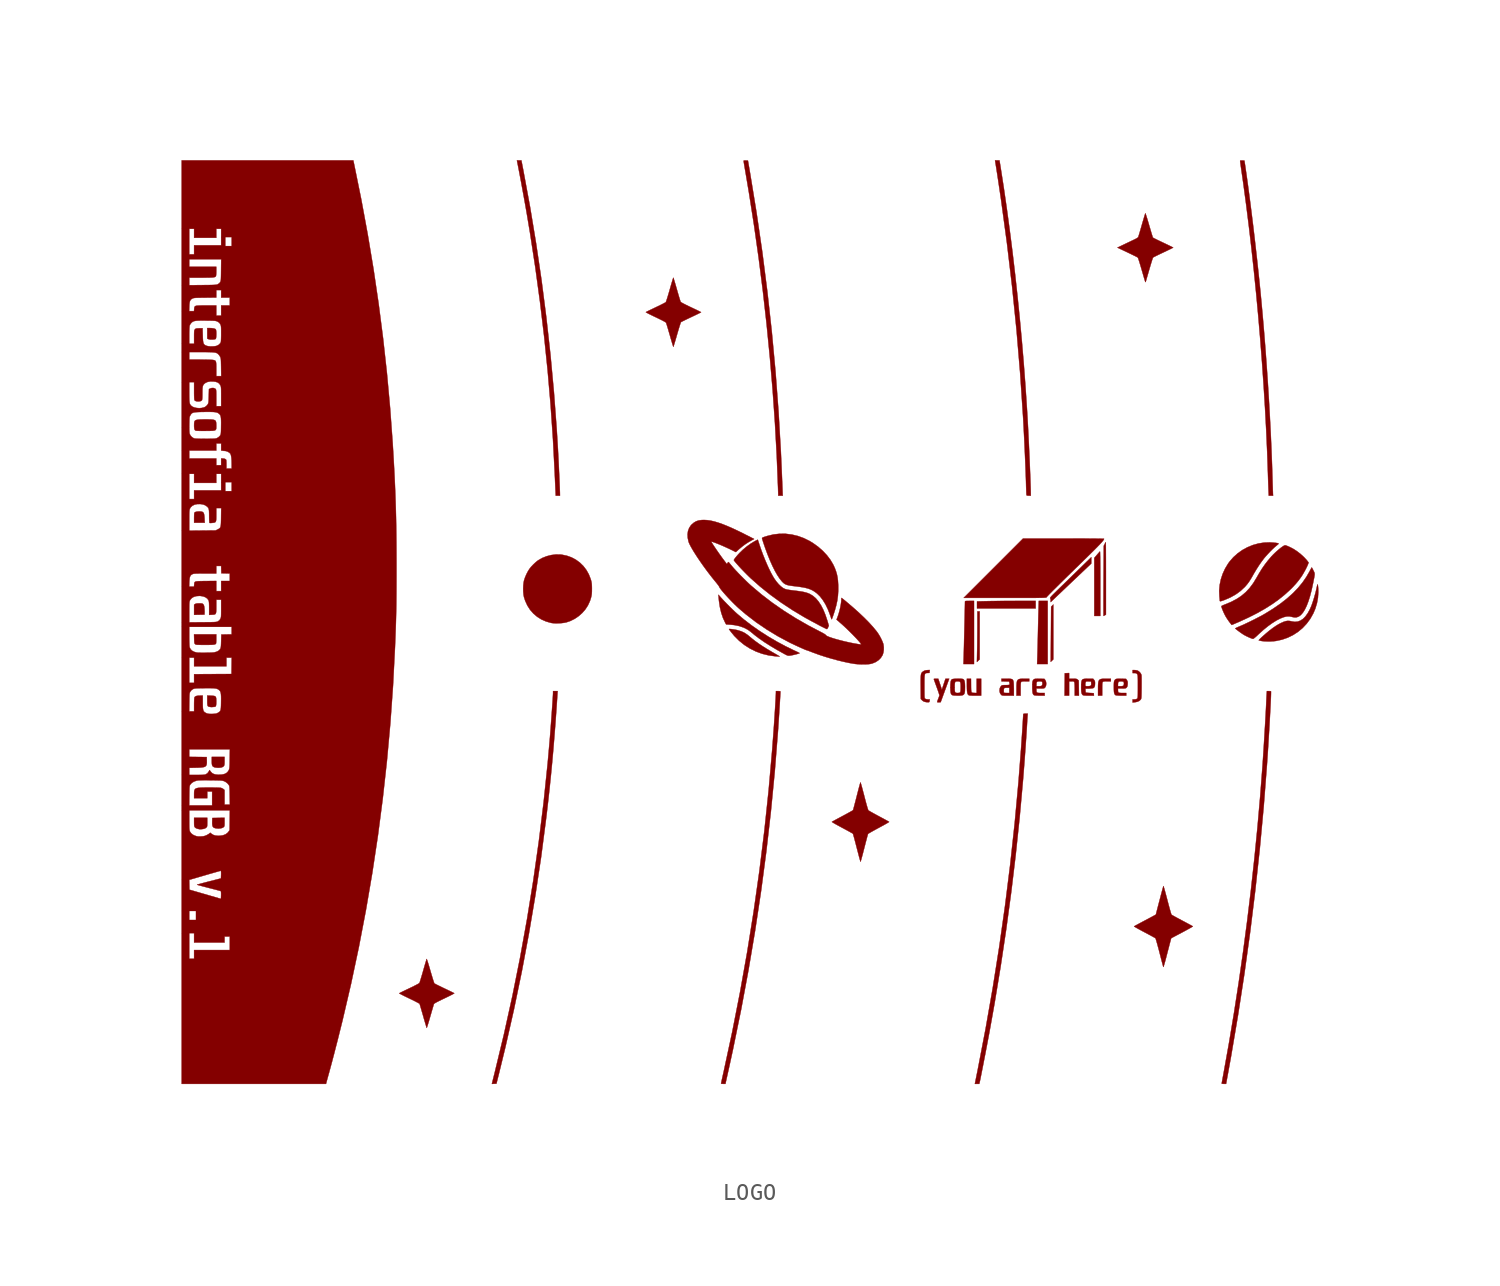
<source format=kicad_sym>
(kicad_symbol_lib
  (version 20210619)
  (generator bitmap2component)
  (symbol "LOGO"
    (pin_names
      (offset 1.016))
    (property "Reference" "#G"
      (at 0 26.37 0)
      (effects (font (size 1.27 1.27)) hide))
    (symbol "LOGO_0_0"
      (polyline (pts (xy -25.289 -26.934) (xy -25.279 -26.895) (xy -25.257 -26.815) (xy -25.228 -26.709) (xy -25.194 -26.586) (xy -25.158 -26.456) (xy -25.144 -26.407) (xy -25.086 -26.194) (xy -25.029 -25.983) (xy -24.971 -25.768) (xy -24.912 -25.543) (xy -24.848 -25.302) (xy -24.78 -25.036) (xy -24.704 -24.741) (xy -24.619 -24.41) (xy -24.343 -23.302) (xy -23.845 -21.165) (xy -23.389 -19.016) (xy -22.976 -16.856) (xy -22.605 -14.687) (xy -22.276 -12.508) (xy -21.991 -10.322) (xy -21.748 -8.127) (xy -21.548 -5.926) (xy -21.391 -3.719) (xy -21.278 -1.506) (xy -21.274 -1.42) (xy -21.26 -1.062) (xy -21.247 -0.729) (xy -21.236 -0.417) (xy -21.226 -0.119) (xy -21.218 0.169) (xy -21.211 0.452) (xy -21.205 0.737) (xy -21.2 1.028) (xy -21.197 1.331) (xy -21.194 1.651) (xy -21.192 1.994) (xy -21.191 2.364) (xy -21.19 2.768) (xy -21.19 3.211) (xy -21.19 3.497) (xy -21.192 4.078) (xy -21.195 4.624) (xy -21.2 5.141) (xy -21.207 5.636) (xy -21.216 6.113) (xy -21.228 6.581) (xy -21.242 7.044) (xy -21.258 7.509) (xy -21.278 7.982) (xy -21.3 8.47) (xy -21.326 8.977) (xy -21.355 9.511) (xy -21.412 10.466) (xy -21.562 12.516) (xy -21.748 14.555) (xy -21.972 16.585) (xy -22.233 18.612) (xy -22.532 20.64) (xy -22.871 22.673) (xy -23.248 24.714) (xy -23.666 26.769) (xy -23.716 27.005) (xy -33.757 27.005) (xy -33.757 23.003) (xy -33.317 23.003) (xy -33.031 23.003) (xy -33.031 22.475) (xy -31.733 22.475) (xy -31.733 23.003) (xy -31.448 23.003) (xy -31.448 22.519) (xy -31.206 22.519) (xy -30.832 22.519) (xy -30.832 21.991) (xy -31.206 21.991) (xy -31.206 22.519) (xy -31.448 22.519) (xy -31.448 22.035) (xy -33.031 22.035) (xy -33.031 21.508) (xy -33.317 21.508) (xy -33.317 23.003) (xy -33.757 23.003) (xy -33.757 19.702) (xy -33.317 19.702) (xy -33.317 20.144) (xy -32.564 20.144) (xy -32.36 20.145) (xy -32.195 20.147) (xy -32.064 20.15) (xy -31.963 20.156) (xy -31.887 20.164) (xy -31.833 20.176) (xy -31.796 20.191) (xy -31.771 20.21) (xy -31.755 20.233) (xy -31.747 20.264) (xy -31.74 20.331) (xy -31.735 20.423) (xy -31.733 20.527) (xy -31.733 20.782) (xy -33.317 20.782) (xy -33.317 21.222) (xy -31.445 21.222) (xy -31.452 20.589) (xy -31.454 20.409) (xy -31.456 20.263) (xy -31.459 20.151) (xy -31.462 20.066) (xy -31.467 20.005) (xy -31.474 19.96) (xy -31.483 19.928) (xy -31.494 19.902) (xy -31.509 19.877) (xy -31.561 19.815) (xy -31.651 19.756) (xy -31.657 19.754) (xy -31.685 19.743) (xy -31.72 19.735) (xy -31.766 19.728) (xy -31.827 19.723) (xy -31.908 19.719) (xy -32.014 19.715) (xy -32.151 19.713) (xy -32.321 19.711) (xy -32.531 19.709) (xy -33.317 19.702) (xy -33.757 19.702) (xy -33.757 18.187) (xy -33.322 18.187) (xy -33.313 18.457) (xy -33.309 18.559) (xy -33.296 18.68) (xy -33.275 18.769) (xy -33.242 18.835) (xy -33.195 18.884) (xy -33.129 18.924) (xy -33.112 18.932) (xy -33.083 18.943) (xy -33.046 18.951) (xy -32.998 18.958) (xy -32.932 18.963) (xy -32.843 18.967) (xy -32.727 18.97) (xy -32.577 18.972) (xy -32.388 18.974) (xy -31.733 18.982) (xy -31.733 19.418) (xy -31.448 19.418) (xy -31.448 18.979) (xy -30.942 18.979) (xy -30.942 18.517) (xy -31.448 18.517) (xy -31.448 17.923) (xy -31.733 17.923) (xy -31.733 18.517) (xy -32.325 18.517) (xy -32.485 18.517) (xy -32.644 18.516) (xy -32.767 18.512) (xy -32.859 18.506) (xy -32.925 18.494) (xy -32.97 18.475) (xy -32.997 18.449) (xy -33.013 18.414) (xy -33.021 18.369) (xy -33.026 18.311) (xy -33.036 18.187) (xy -33.322 18.187) (xy -33.757 18.187) (xy -33.757 16.274) (xy -33.317 16.274) (xy -33.317 16.763) (xy -33.317 16.765) (xy -33.316 16.931) (xy -33.312 17.077) (xy -33.307 17.198) (xy -33.3 17.288) (xy -33.292 17.34) (xy -33.288 17.353) (xy -33.247 17.433) (xy -33.184 17.509) (xy -33.157 17.533) (xy -33.112 17.565) (xy -33.061 17.59) (xy -32.997 17.609) (xy -32.915 17.622) (xy -32.811 17.63) (xy -32.679 17.634) (xy -32.514 17.635) (xy -32.309 17.633) (xy -32.238 17.632) (xy -32.084 17.63) (xy -31.966 17.627) (xy -31.878 17.624) (xy -31.812 17.618) (xy -31.763 17.611) (xy -31.725 17.601) (xy -31.691 17.588) (xy -31.656 17.57) (xy -31.615 17.548) (xy -31.547 17.492) (xy -31.497 17.417) (xy -31.49 17.403) (xy -31.475 17.369) (xy -31.464 17.331) (xy -31.457 17.284) (xy -31.452 17.221) (xy -31.449 17.133) (xy -31.448 17.016) (xy -31.448 16.861) (xy -31.448 16.766) (xy -31.451 16.605) (xy -31.456 16.481) (xy -31.463 16.397) (xy -31.472 16.355) (xy -31.509 16.297) (xy -31.602 16.208) (xy -31.72 16.152) (xy -31.748 16.145) (xy -31.852 16.129) (xy -31.974 16.122) (xy -32.098 16.124) (xy -32.209 16.135) (xy -32.293 16.154) (xy -32.353 16.178) (xy -32.408 16.208) (xy -32.449 16.247) (xy -32.478 16.299) (xy -32.499 16.371) (xy -32.512 16.47) (xy -32.52 16.6) (xy -32.525 16.768) (xy -32.536 17.186) (xy -32.734 17.182) (xy -32.808 17.179) (xy -32.878 17.174) (xy -32.923 17.165) (xy -32.954 17.147) (xy -32.982 17.12) (xy -32.999 17.098) (xy -33.012 17.073) (xy -33.021 17.038) (xy -33.026 16.988) (xy -33.029 16.914) (xy -33.031 16.809) (xy -33.031 16.668) (xy -33.031 16.274) (xy -33.317 16.274) (xy -33.757 16.274) (xy -33.757 15.79) (xy -33.317 15.79) (xy -32.606 15.79) (xy -32.467 15.79) (xy -32.271 15.788) (xy -32.111 15.785) (xy -31.984 15.78) (xy -31.883 15.772) (xy -31.804 15.761) (xy -31.743 15.745) (xy -31.695 15.725) (xy -31.655 15.7) (xy -31.618 15.668) (xy -31.604 15.654) (xy -31.553 15.59) (xy -31.508 15.52) (xy -31.494 15.491) (xy -31.482 15.459) (xy -31.472 15.419) (xy -31.465 15.367) (xy -31.46 15.296) (xy -31.457 15.199) (xy -31.454 15.071) (xy -31.451 14.905) (xy -31.444 14.382) (xy -31.733 14.382) (xy -31.733 14.798) (xy -31.734 14.957) (xy -31.737 15.08) (xy -31.745 15.171) (xy -31.759 15.234) (xy -31.782 15.276) (xy -31.815 15.302) (xy -31.861 15.318) (xy -31.922 15.329) (xy -31.927 15.33) (xy -31.984 15.335) (xy -32.077 15.339) (xy -32.199 15.343) (xy -32.343 15.346) (xy -32.504 15.348) (xy -32.674 15.349) (xy -33.317 15.35) (xy -33.317 15.79) (xy -33.757 15.79) (xy -33.757 14.03) (xy -33.317 14.03) (xy -33.031 14.03) (xy -33.031 13.518) (xy -33.031 13.384) (xy -33.029 13.235) (xy -33.025 13.123) (xy -33.02 13.043) (xy -33.013 12.993) (xy -33.003 12.967) (xy -32.963 12.934) (xy -32.888 12.909) (xy -32.797 12.9) (xy -32.706 12.907) (xy -32.627 12.929) (xy -32.575 12.967) (xy -32.569 12.98) (xy -32.559 13.027) (xy -32.552 13.106) (xy -32.548 13.221) (xy -32.547 13.376) (xy -32.547 13.385) (xy -32.546 13.541) (xy -32.541 13.661) (xy -32.531 13.751) (xy -32.514 13.819) (xy -32.488 13.871) (xy -32.452 13.916) (xy -32.403 13.96) (xy -32.364 13.988) (xy -32.246 14.042) (xy -32.097 14.069) (xy -31.916 14.07) (xy -31.767 14.051) (xy -31.649 14.011) (xy -31.561 13.946) (xy -31.497 13.855) (xy -31.491 13.842) (xy -31.477 13.811) (xy -31.466 13.777) (xy -31.459 13.735) (xy -31.454 13.679) (xy -31.45 13.602) (xy -31.449 13.499) (xy -31.448 13.364) (xy -31.448 13.19) (xy -31.448 12.623) (xy -31.733 12.623) (xy -31.733 13.107) (xy -31.734 13.179) (xy -31.734 13.321) (xy -31.736 13.428) (xy -31.739 13.505) (xy -31.744 13.558) (xy -31.751 13.593) (xy -31.762 13.616) (xy -31.775 13.632) (xy -31.809 13.658) (xy -31.893 13.688) (xy -31.988 13.69) (xy -32.08 13.664) (xy -32.162 13.624) (xy -32.173 13.215) (xy -32.175 13.168) (xy -32.179 13.036) (xy -32.183 12.938) (xy -32.188 12.868) (xy -32.196 12.818) (xy -32.208 12.781) (xy -32.224 12.749) (xy -32.245 12.715) (xy -32.256 12.7) (xy -32.322 12.629) (xy -32.397 12.577) (xy -32.459 12.551) (xy -32.59 12.519) (xy -32.733 12.508) (xy -32.877 12.519) (xy -33.012 12.548) (xy -33.127 12.595) (xy -33.212 12.66) (xy -33.23 12.682) (xy -33.257 12.719) (xy -33.277 12.762) (xy -33.292 12.816) (xy -33.303 12.887) (xy -33.31 12.98) (xy -33.314 13.101) (xy -33.316 13.255) (xy -33.317 13.447) (xy -33.317 14.03) (xy -33.757 14.03) (xy -33.757 11.358) (xy -33.315 11.358) (xy -33.313 11.554) (xy -33.311 11.655) (xy -33.309 11.781) (xy -33.305 11.874) (xy -33.3 11.942) (xy -33.293 11.991) (xy -33.282 12.029) (xy -33.266 12.062) (xy -33.246 12.098) (xy -33.239 12.111) (xy -33.207 12.159) (xy -33.173 12.197) (xy -33.131 12.226) (xy -33.076 12.248) (xy -33.003 12.264) (xy -32.907 12.274) (xy -32.782 12.281) (xy -32.624 12.286) (xy -32.427 12.289) (xy -32.358 12.29) (xy -32.171 12.291) (xy -32.02 12.289) (xy -31.901 12.285) (xy -31.808 12.276) (xy -31.736 12.264) (xy -31.678 12.246) (xy -31.631 12.223) (xy -31.587 12.193) (xy -31.547 12.159) (xy -31.513 12.118) (xy -31.487 12.067) (xy -31.469 12) (xy -31.458 11.912) (xy -31.452 11.798) (xy -31.45 11.65) (xy -31.452 11.465) (xy -31.454 11.314) (xy -31.456 11.192) (xy -31.46 11.101) (xy -31.465 11.036) (xy -31.472 10.99) (xy -31.482 10.956) (xy -31.496 10.928) (xy -31.514 10.9) (xy -31.531 10.878) (xy -31.595 10.818) (xy -31.668 10.77) (xy -31.679 10.764) (xy -31.711 10.751) (xy -31.745 10.74) (xy -31.788 10.732) (xy -31.846 10.726) (xy -31.923 10.723) (xy -32.028 10.72) (xy -32.164 10.718) (xy -32.338 10.717) (xy -32.465 10.716) (xy -32.619 10.717) (xy -32.757 10.72) (xy -32.871 10.724) (xy -32.956 10.729) (xy -33.004 10.735) (xy -33.069 10.758) (xy -33.167 10.823) (xy -33.246 10.913) (xy -33.294 11.015) (xy -33.295 11.018) (xy -33.305 11.089) (xy -33.312 11.202) (xy -33.315 11.358) (xy -33.757 11.358) (xy -33.757 10.028) (xy -33.317 10.028) (xy -31.733 10.028) (xy -31.733 10.446) (xy -31.448 10.446) (xy -31.448 10.034) (xy -31.379 10.02) (xy -31.379 10.02) (xy -31.307 10.01) (xy -31.23 10.006) (xy -31.161 9.996) (xy -31.066 9.962) (xy -30.977 9.91) (xy -30.914 9.85) (xy -30.899 9.825) (xy -30.871 9.737) (xy -30.85 9.608) (xy -30.837 9.438) (xy -30.833 9.231) (xy -30.832 8.972) (xy -31.14 8.972) (xy -31.14 9.22) (xy -31.141 9.307) (xy -31.145 9.396) (xy -31.15 9.461) (xy -31.157 9.492) (xy -31.19 9.523) (xy -31.264 9.555) (xy -31.358 9.566) (xy -31.448 9.566) (xy -31.448 9.17) (xy -31.733 9.17) (xy -31.733 9.566) (xy -33.317 9.566) (xy -33.317 10.028) (xy -33.757 10.028) (xy -33.757 8.665) (xy -33.317 8.665) (xy -33.031 8.665) (xy -33.031 8.137) (xy -31.733 8.137) (xy -31.733 8.665) (xy -31.448 8.665) (xy -31.448 8.181) (xy -31.206 8.181) (xy -30.832 8.181) (xy -30.832 7.653) (xy -31.206 7.653) (xy -31.206 8.181) (xy -31.448 8.181) (xy -31.448 7.697) (xy -33.031 7.697) (xy -33.031 7.191) (xy -33.317 7.191) (xy -33.317 8.665) (xy -33.757 8.665) (xy -33.757 5.341) (xy -33.317 5.341) (xy -33.316 5.942) (xy -33.316 6.122) (xy -33.315 6.265) (xy -33.313 6.375) (xy -33.309 6.459) (xy -33.304 6.521) (xy -33.297 6.566) (xy -33.287 6.602) (xy -33.275 6.633) (xy -33.226 6.713) (xy -33.13 6.801) (xy -33.004 6.863) (xy -32.853 6.896) (xy -32.683 6.899) (xy -32.624 6.894) (xy -32.49 6.869) (xy -32.381 6.826) (xy -32.285 6.761) (xy -32.274 6.751) (xy -32.231 6.711) (xy -32.2 6.669) (xy -32.178 6.619) (xy -32.164 6.554) (xy -32.156 6.465) (xy -32.152 6.348) (xy -32.151 6.193) (xy -32.151 6.131) (xy -32.149 5.994) (xy -32.144 5.889) (xy -32.138 5.822) (xy -32.129 5.794) (xy -32.099 5.79) (xy -32.038 5.79) (xy -31.961 5.796) (xy -31.891 5.804) (xy -31.833 5.816) (xy -31.791 5.837) (xy -31.763 5.872) (xy -31.746 5.928) (xy -31.737 6.011) (xy -31.734 6.126) (xy -31.733 6.279) (xy -31.733 6.663) (xy -31.445 6.663) (xy -31.452 6.126) (xy -31.452 6.095) (xy -31.455 5.921) (xy -31.459 5.784) (xy -31.466 5.68) (xy -31.477 5.601) (xy -31.494 5.544) (xy -31.52 5.501) (xy -31.554 5.469) (xy -31.6 5.44) (xy -31.658 5.41) (xy -31.767 5.355) (xy -33.317 5.341) (xy -33.757 5.341) (xy -33.757 2.067) (xy -33.322 2.067) (xy -33.313 2.326) (xy -33.308 2.414) (xy -33.296 2.543) (xy -33.274 2.639) (xy -33.241 2.708) (xy -33.195 2.758) (xy -33.132 2.795) (xy -33.121 2.8) (xy -33.09 2.811) (xy -33.053 2.819) (xy -33.003 2.826) (xy -32.936 2.83) (xy -32.846 2.833) (xy -32.729 2.835) (xy -32.578 2.836) (xy -32.388 2.836) (xy -31.733 2.837) (xy -31.733 3.277) (xy -31.449 3.277) (xy -31.437 2.848) (xy -31.189 2.842) (xy -30.942 2.835) (xy -30.942 2.397) (xy -31.448 2.397) (xy -31.448 1.803) (xy -31.733 1.803) (xy -31.733 2.399) (xy -32.338 2.393) (xy -32.51 2.391) (xy -32.664 2.388) (xy -32.783 2.384) (xy -32.871 2.377) (xy -32.934 2.365) (xy -32.976 2.347) (xy -33.001 2.322) (xy -33.015 2.288) (xy -33.022 2.244) (xy -33.026 2.189) (xy -33.036 2.067) (xy -33.322 2.067) (xy -33.757 2.067) (xy -33.757 -0.024) (xy -33.317 -0.024) (xy -33.317 0.64) (xy -33.316 0.806) (xy -33.315 0.935) (xy -33.313 1.034) (xy -33.309 1.108) (xy -33.304 1.163) (xy -33.296 1.203) (xy -33.286 1.236) (xy -33.272 1.266) (xy -33.251 1.304) (xy -33.165 1.4) (xy -33.046 1.47) (xy -32.898 1.512) (xy -32.723 1.524) (xy -32.658 1.522) (xy -32.498 1.495) (xy -32.363 1.442) (xy -32.258 1.366) (xy -32.188 1.268) (xy -32.179 1.248) (xy -32.168 1.205) (xy -32.16 1.146) (xy -32.155 1.064) (xy -32.152 0.952) (xy -32.151 0.802) (xy -32.151 0.413) (xy -31.988 0.421) (xy -31.981 0.422) (xy -31.898 0.427) (xy -31.837 0.436) (xy -31.793 0.456) (xy -31.764 0.492) (xy -31.746 0.549) (xy -31.737 0.633) (xy -31.734 0.75) (xy -31.733 0.905) (xy -31.733 1.298) (xy -31.448 1.298) (xy -31.448 0.785) (xy -31.448 0.634) (xy -31.449 0.505) (xy -31.451 0.407) (xy -31.454 0.335) (xy -31.46 0.282) (xy -31.469 0.243) (xy -31.481 0.209) (xy -31.497 0.176) (xy -31.547 0.102) (xy -31.635 0.034) (xy -31.655 0.024) (xy -31.682 0.014) (xy -31.715 0.006) (xy -31.759 -0.000100) (xy -31.819 -0.005) (xy -31.9 -0.009) (xy -32.005 -0.012) (xy -32.141 -0.014) (xy -32.31 -0.016) (xy -32.52 -0.018) (xy -33.317 -0.024) (xy -33.757 -0.024) (xy -33.757 -0.286) (xy -33.317 -0.286) (xy -30.832 -0.286) (xy -30.832 -0.725) (xy -31.437 -0.737) (xy -31.448 -1.122) (xy -31.448 -1.148) (xy -31.453 -1.284) (xy -31.458 -1.385) (xy -31.465 -1.459) (xy -31.474 -1.511) (xy -31.487 -1.55) (xy -31.504 -1.583) (xy -31.511 -1.594) (xy -31.59 -1.677) (xy -31.706 -1.74) (xy -31.855 -1.78) (xy -31.878 -1.783) (xy -31.955 -1.789) (xy -32.062 -1.794) (xy -32.191 -1.797) (xy -32.33 -1.799) (xy -32.472 -1.8) (xy -32.607 -1.8) (xy -32.725 -1.797) (xy -32.819 -1.794) (xy -32.877 -1.788) (xy -33.025 -1.749) (xy -33.15 -1.683) (xy -33.24 -1.593) (xy -33.294 -1.48) (xy -33.297 -1.46) (xy -33.304 -1.393) (xy -33.309 -1.291) (xy -33.313 -1.161) (xy -33.316 -1.009) (xy -33.317 -0.841) (xy -33.317 -0.286) (xy -33.757 -0.286) (xy -33.757 -2.089) (xy -33.317 -2.089) (xy -33.031 -2.089) (xy -33.031 -2.595) (xy -31.14 -2.595) (xy -31.14 -2.089) (xy -30.831 -2.089) (xy -30.837 -2.567) (xy -30.843 -3.046) (xy -31.937 -3.051) (xy -33.031 -3.057) (xy -33.031 -3.563) (xy -33.317 -3.563) (xy -33.317 -2.089) (xy -33.757 -2.089) (xy -33.757 -5.234) (xy -33.32 -5.234) (xy -33.313 -4.701) (xy -33.312 -4.652) (xy -33.31 -4.495) (xy -33.307 -4.375) (xy -33.304 -4.285) (xy -33.299 -4.219) (xy -33.292 -4.171) (xy -33.282 -4.135) (xy -33.269 -4.105) (xy -33.252 -4.074) (xy -33.196 -4) (xy -33.099 -3.931) (xy -33.088 -3.926) (xy -33.056 -3.912) (xy -33.021 -3.901) (xy -32.977 -3.893) (xy -32.92 -3.887) (xy -32.842 -3.883) (xy -32.737 -3.88) (xy -32.601 -3.877) (xy -32.426 -3.875) (xy -32.357 -3.874) (xy -32.17 -3.873) (xy -32.02 -3.875) (xy -31.901 -3.879) (xy -31.808 -3.888) (xy -31.735 -3.9) (xy -31.678 -3.918) (xy -31.63 -3.941) (xy -31.587 -3.971) (xy -31.555 -3.998) (xy -31.518 -4.038) (xy -31.491 -4.088) (xy -31.471 -4.153) (xy -31.459 -4.239) (xy -31.452 -4.351) (xy -31.45 -4.495) (xy -31.452 -4.678) (xy -31.453 -4.746) (xy -31.456 -4.899) (xy -31.462 -5.016) (xy -31.471 -5.104) (xy -31.487 -5.169) (xy -31.51 -5.217) (xy -31.543 -5.254) (xy -31.587 -5.286) (xy -31.645 -5.32) (xy -31.649 -5.322) (xy -31.704 -5.348) (xy -31.765 -5.364) (xy -31.843 -5.374) (xy -31.951 -5.38) (xy -32.021 -5.381) (xy -32.137 -5.379) (xy -32.227 -5.367) (xy -32.301 -5.344) (xy -32.372 -5.309) (xy -32.385 -5.301) (xy -32.432 -5.267) (xy -32.467 -5.227) (xy -32.492 -5.174) (xy -32.509 -5.102) (xy -32.519 -5.006) (xy -32.524 -4.878) (xy -32.525 -4.712) (xy -32.525 -4.31) (xy -32.687 -4.31) (xy -32.795 -4.314) (xy -32.902 -4.332) (xy -32.973 -4.365) (xy -33.011 -4.413) (xy -33.016 -4.44) (xy -33.022 -4.508) (xy -33.027 -4.604) (xy -33.03 -4.721) (xy -33.031 -4.851) (xy -33.031 -5.234) (xy -33.32 -5.234) (xy -33.757 -5.234) (xy -33.757 -8.95) (xy -33.317 -8.95) (xy -33.317 -8.537) (xy -32.916 -8.528) (xy -32.785 -8.525) (xy -32.628 -8.516) (xy -32.508 -8.502) (xy -32.418 -8.479) (xy -32.356 -8.443) (xy -32.317 -8.393) (xy -32.295 -8.325) (xy -32.287 -8.236) (xy -32.288 -8.123) (xy -32.294 -7.906) (xy -33.317 -7.894) (xy -33.317 -7.455) (xy -30.938 -7.455) (xy -30.946 -8.01) (xy -30.948 -8.159) (xy -30.951 -8.299) (xy -30.955 -8.407) (xy -30.96 -8.489) (xy -30.966 -8.549) (xy -30.975 -8.595) (xy -30.986 -8.632) (xy -31 -8.667) (xy -31.055 -8.758) (xy -31.141 -8.84) (xy -31.254 -8.896) (xy -31.399 -8.928) (xy -31.58 -8.938) (xy -31.645 -8.937) (xy -31.788 -8.922) (xy -31.899 -8.888) (xy -31.987 -8.834) (xy -32.06 -8.754) (xy -32.125 -8.664) (xy -32.184 -8.765) (xy -32.25 -8.851) (xy -32.335 -8.908) (xy -32.357 -8.917) (xy -32.396 -8.929) (xy -32.444 -8.938) (xy -32.51 -8.944) (xy -32.598 -8.948) (xy -32.716 -8.949) (xy -32.872 -8.95) (xy -33.317 -8.95) (xy -33.757 -8.95) (xy -33.757 -10.732) (xy -33.32 -10.732) (xy -33.313 -10.165) (xy -33.312 -10.093) (xy -33.31 -9.936) (xy -33.307 -9.814) (xy -33.304 -9.723) (xy -33.299 -9.656) (xy -33.292 -9.608) (xy -33.283 -9.573) (xy -33.272 -9.546) (xy -33.257 -9.52) (xy -33.253 -9.514) (xy -33.167 -9.419) (xy -33.046 -9.343) (xy -32.898 -9.289) (xy -32.874 -9.284) (xy -32.823 -9.275) (xy -32.761 -9.269) (xy -32.681 -9.264) (xy -32.578 -9.262) (xy -32.447 -9.261) (xy -32.282 -9.261) (xy -32.079 -9.263) (xy -32.06 -9.263) (xy -31.87 -9.265) (xy -31.719 -9.268) (xy -31.6 -9.271) (xy -31.509 -9.274) (xy -31.439 -9.279) (xy -31.386 -9.286) (xy -31.344 -9.294) (xy -31.307 -9.305) (xy -31.271 -9.319) (xy -31.182 -9.364) (xy -31.067 -9.455) (xy -30.983 -9.566) (xy -30.974 -9.591) (xy -30.965 -9.642) (xy -30.958 -9.719) (xy -30.953 -9.828) (xy -30.949 -9.971) (xy -30.946 -10.155) (xy -30.938 -10.688) (xy -31.25 -10.688) (xy -31.25 -9.834) (xy -31.316 -9.778) (xy -31.321 -9.774) (xy -31.391 -9.732) (xy -31.465 -9.705) (xy -31.468 -9.704) (xy -31.515 -9.7) (xy -31.599 -9.696) (xy -31.714 -9.692) (xy -31.852 -9.69) (xy -32.007 -9.688) (xy -32.173 -9.688) (xy -32.326 -9.688) (xy -32.515 -9.691) (xy -32.667 -9.696) (xy -32.785 -9.707) (xy -32.875 -9.724) (xy -32.94 -9.751) (xy -32.983 -9.789) (xy -33.01 -9.84) (xy -33.025 -9.905) (xy -33.03 -9.987) (xy -33.031 -10.088) (xy -33.031 -10.314) (xy -32.261 -10.314) (xy -32.261 -9.918) (xy -31.976 -9.918) (xy -31.976 -10.732) (xy -33.32 -10.732) (xy -33.757 -10.732) (xy -33.757 -11.018) (xy -33.317 -11.018) (xy -30.939 -11.018) (xy -30.946 -11.599) (xy -30.953 -12.18) (xy -31.02 -12.275) (xy -31.075 -12.34) (xy -31.194 -12.427) (xy -31.344 -12.483) (xy -31.525 -12.509) (xy -31.633 -12.511) (xy -31.782 -12.497) (xy -31.904 -12.461) (xy -32.005 -12.399) (xy -32.089 -12.332) (xy -32.137 -12.377) (xy -32.173 -12.405) (xy -32.239 -12.444) (xy -32.316 -12.483) (xy -32.356 -12.5) (xy -32.437 -12.528) (xy -32.524 -12.543) (xy -32.635 -12.549) (xy -32.726 -12.551) (xy -32.804 -12.549) (xy -32.865 -12.541) (xy -32.925 -12.525) (xy -32.998 -12.499) (xy -33.099 -12.45) (xy -33.205 -12.366) (xy -33.275 -12.263) (xy -33.285 -12.238) (xy -33.295 -12.203) (xy -33.303 -12.159) (xy -33.309 -12.099) (xy -33.313 -12.019) (xy -33.315 -11.912) (xy -33.316 -11.773) (xy -33.316 -11.595) (xy -33.317 -11.018) (xy -33.757 -11.018) (xy -33.757 -15.09) (xy -33.318 -15.09) (xy -33.191 -15.053) (xy -33.144 -15.039) (xy -33.058 -15.015) (xy -32.942 -14.981) (xy -32.8 -14.939) (xy -32.639 -14.892) (xy -32.463 -14.841) (xy -32.279 -14.787) (xy -32.267 -14.784) (xy -32.09 -14.732) (xy -31.925 -14.685) (xy -31.779 -14.643) (xy -31.655 -14.608) (xy -31.559 -14.581) (xy -31.496 -14.564) (xy -31.47 -14.558) (xy -31.466 -14.56) (xy -31.456 -14.591) (xy -31.451 -14.665) (xy -31.452 -14.782) (xy -31.459 -15.005) (xy -32.157 -15.183) (xy -32.267 -15.211) (xy -32.426 -15.253) (xy -32.567 -15.29) (xy -32.685 -15.322) (xy -32.776 -15.348) (xy -32.834 -15.366) (xy -32.855 -15.374) (xy -32.848 -15.378) (xy -32.805 -15.392) (xy -32.728 -15.414) (xy -32.621 -15.443) (xy -32.489 -15.479) (xy -32.337 -15.518) (xy -32.172 -15.561) (xy -32.078 -15.585) (xy -31.917 -15.626) (xy -31.773 -15.663) (xy -31.651 -15.696) (xy -31.556 -15.721) (xy -31.493 -15.739) (xy -31.467 -15.747) (xy -31.462 -15.759) (xy -31.455 -15.807) (xy -31.452 -15.884) (xy -31.452 -15.981) (xy -31.459 -16.202) (xy -33.306 -15.666) (xy -33.312 -15.378) (xy -33.318 -15.09) (xy -33.757 -15.09) (xy -33.757 -16.911) (xy -33.317 -16.911) (xy -32.921 -16.911) (xy -32.921 -17.439) (xy -33.317 -17.439) (xy -33.317 -16.911) (xy -33.757 -16.911) (xy -33.757 -18.209) (xy -33.317 -18.209) (xy -33.031 -18.209) (xy -33.031 -18.759) (xy -31.25 -18.759) (xy -31.25 -18.407) (xy -30.942 -18.407) (xy -30.942 -19.198) (xy -33.031 -19.198) (xy -33.031 -19.704) (xy -33.317 -19.704) (xy -33.317 -18.209) (xy -33.757 -18.209) (xy -33.757 -27.027) (xy -25.314 -27.027) (xy -25.289 -26.934)) (stroke (width 0.01)) (fill (type outline)))
      (polyline (pts (xy -15.342 -27.016) (xy -15.204 -26.467) (xy -14.813 -24.863) (xy -14.315 -22.667) (xy -13.857 -20.456) (xy -13.44 -18.234) (xy -13.064 -16.003) (xy -12.729 -13.769) (xy -12.438 -11.534) (xy -12.387 -11.112) (xy -12.302 -10.375) (xy -12.223 -9.648) (xy -12.149 -8.924) (xy -12.079 -8.195) (xy -12.013 -7.457) (xy -11.951 -6.7) (xy -11.89 -5.92) (xy -11.832 -5.109) (xy -11.775 -4.261) (xy -11.761 -4.046) (xy -12.029 -4.046) (xy -12.029 -4.153) (xy -12.03 -4.189) (xy -12.034 -4.273) (xy -12.041 -4.393) (xy -12.05 -4.544) (xy -12.062 -4.722) (xy -12.076 -4.921) (xy -12.091 -5.139) (xy -12.107 -5.369) (xy -12.124 -5.608) (xy -12.142 -5.85) (xy -12.16 -6.092) (xy -12.178 -6.329) (xy -12.195 -6.555) (xy -12.212 -6.767) (xy -12.228 -6.96) (xy -12.342 -8.246) (xy -12.581 -10.548) (xy -12.862 -12.838) (xy -13.185 -15.118) (xy -13.552 -17.389) (xy -13.96 -19.649) (xy -14.412 -21.9) (xy -14.907 -24.141) (xy -15.445 -26.374) (xy -15.609 -27.029) (xy -15.342 -27.016)) (stroke (width 0.01)) (fill (type outline)))
      (polyline (pts (xy -1.73 -26.065) (xy -1.503 -25.021) (xy -1.029 -22.702) (xy -0.597 -20.386) (xy -0.207 -18.071) (xy 0.142 -15.752) (xy 0.45 -13.426) (xy 0.717 -11.089) (xy 0.945 -8.739) (xy 1.133 -6.373) (xy 1.133 -6.364) (xy 1.144 -6.212) (xy 1.155 -6.037) (xy 1.168 -5.846) (xy 1.181 -5.643) (xy 1.195 -5.433) (xy 1.208 -5.221) (xy 1.221 -5.013) (xy 1.234 -4.813) (xy 1.245 -4.627) (xy 1.255 -4.459) (xy 1.263 -4.314) (xy 1.27 -4.199) (xy 1.274 -4.117) (xy 1.275 -4.074) (xy 1.268 -4.062) (xy 1.226 -4.05) (xy 1.143 -4.046) (xy 1.012 -4.046) (xy 1.012 -4.129) (xy 1.011 -4.141) (xy 1.009 -4.213) (xy 1.004 -4.322) (xy 0.997 -4.466) (xy 0.987 -4.639) (xy 0.975 -4.837) (xy 0.962 -5.056) (xy 0.947 -5.292) (xy 0.931 -5.539) (xy 0.914 -5.795) (xy 0.897 -6.054) (xy 0.879 -6.311) (xy 0.792 -7.48) (xy 0.584 -9.854) (xy 0.333 -12.226) (xy 0.04 -14.594) (xy -0.295 -16.957) (xy -0.671 -19.312) (xy -1.088 -21.655) (xy -1.546 -23.985) (xy -2.044 -26.299) (xy -2.066 -26.397) (xy -2.102 -26.558) (xy -2.134 -26.702) (xy -2.161 -26.825) (xy -2.181 -26.92) (xy -2.195 -26.983) (xy -2.199 -27.009) (xy -2.186 -27.017) (xy -2.14 -27.024) (xy -2.071 -27.027) (xy -1.944 -27.027) (xy -1.73 -26.065)) (stroke (width 0.01)) (fill (type outline)))
      (polyline (pts (xy 12.929 -26.945) (xy 12.935 -26.918) (xy 12.951 -26.844) (xy 12.974 -26.734) (xy 13.002 -26.592) (xy 13.036 -26.422) (xy 13.074 -26.229) (xy 13.116 -26.017) (xy 13.16 -25.791) (xy 13.206 -25.553) (xy 13.254 -25.309) (xy 13.301 -25.063) (xy 13.348 -24.819) (xy 13.393 -24.581) (xy 13.436 -24.354) (xy 13.476 -24.142) (xy 13.512 -23.949) (xy 13.805 -22.311) (xy 14.16 -20.156) (xy 14.486 -17.981) (xy 14.781 -15.794) (xy 15.044 -13.602) (xy 15.274 -11.414) (xy 15.47 -9.236) (xy 15.493 -8.954) (xy 15.517 -8.645) (xy 15.542 -8.322) (xy 15.567 -7.991) (xy 15.591 -7.66) (xy 15.615 -7.335) (xy 15.636 -7.021) (xy 15.657 -6.726) (xy 15.674 -6.456) (xy 15.689 -6.217) (xy 15.701 -6.015) (xy 15.708 -5.887) (xy 15.716 -5.753) (xy 15.724 -5.634) (xy 15.73 -5.54) (xy 15.735 -5.481) (xy 15.746 -5.366) (xy 15.614 -5.366) (xy 15.557 -5.367) (xy 15.5 -5.376) (xy 15.482 -5.393) (xy 15.482 -5.401) (xy 15.479 -5.455) (xy 15.475 -5.545) (xy 15.467 -5.669) (xy 15.458 -5.821) (xy 15.447 -5.995) (xy 15.435 -6.188) (xy 15.422 -6.394) (xy 15.408 -6.609) (xy 15.393 -6.827) (xy 15.378 -7.044) (xy 15.364 -7.255) (xy 15.35 -7.455) (xy 15.203 -9.355) (xy 14.98 -11.776) (xy 14.717 -14.197) (xy 14.415 -16.614) (xy 14.074 -19.024) (xy 13.695 -21.422) (xy 13.278 -23.803) (xy 12.825 -26.164) (xy 12.651 -27.027) (xy 12.907 -27.027) (xy 12.929 -26.945)) (stroke (width 0.01)) (fill (type outline)))
      (polyline (pts (xy 27.485 -26.285) (xy 27.643 -25.407) (xy 28.05 -23.002) (xy 28.423 -20.576) (xy 28.76 -18.136) (xy 29.061 -15.686) (xy 29.326 -13.234) (xy 29.553 -10.786) (xy 29.742 -8.346) (xy 29.75 -8.23) (xy 29.77 -7.932) (xy 29.791 -7.626) (xy 29.811 -7.313) (xy 29.83 -6.998) (xy 29.849 -6.684) (xy 29.868 -6.374) (xy 29.886 -6.07) (xy 29.902 -5.776) (xy 29.918 -5.494) (xy 29.932 -5.229) (xy 29.945 -4.983) (xy 29.956 -4.759) (xy 29.965 -4.561) (xy 29.972 -4.391) (xy 29.977 -4.252) (xy 29.979 -4.148) (xy 29.979 -4.081) (xy 29.976 -4.056) (xy 29.964 -4.052) (xy 29.918 -4.048) (xy 29.852 -4.046) (xy 29.737 -4.046) (xy 29.724 -4.239) (xy 29.723 -4.248) (xy 29.717 -4.349) (xy 29.711 -4.476) (xy 29.704 -4.615) (xy 29.698 -4.75) (xy 29.693 -4.875) (xy 29.684 -5.056) (xy 29.673 -5.27) (xy 29.66 -5.513) (xy 29.645 -5.778) (xy 29.629 -6.06) (xy 29.611 -6.355) (xy 29.593 -6.656) (xy 29.575 -6.957) (xy 29.557 -7.255) (xy 29.539 -7.542) (xy 29.521 -7.814) (xy 29.505 -8.066) (xy 29.489 -8.291) (xy 29.483 -8.387) (xy 29.345 -10.192) (xy 29.186 -12.011) (xy 29.005 -13.838) (xy 28.804 -15.668) (xy 28.583 -17.493) (xy 28.343 -19.309) (xy 28.086 -21.108) (xy 27.811 -22.884) (xy 27.52 -24.631) (xy 27.213 -26.343) (xy 27.203 -26.398) (xy 27.174 -26.557) (xy 27.147 -26.701) (xy 27.125 -26.823) (xy 27.108 -26.919) (xy 27.097 -26.982) (xy 27.093 -27.008) (xy 27.106 -27.017) (xy 27.153 -27.024) (xy 27.221 -27.027) (xy 27.349 -27.027) (xy 27.485 -26.285)) (stroke (width 0.01)) (fill (type outline)))
      (polyline (pts (xy -19.415 -23.744) (xy -19.4 -23.702) (xy -19.375 -23.625) (xy -19.343 -23.519) (xy -19.303 -23.389) (xy -19.259 -23.239) (xy -19.212 -23.074) (xy -19.186 -22.986) (xy -19.14 -22.825) (xy -19.097 -22.679) (xy -19.06 -22.553) (xy -19.031 -22.453) (xy -19.01 -22.385) (xy -19 -22.353) (xy -18.981 -22.333) (xy -18.931 -22.3) (xy -18.849 -22.253) (xy -18.732 -22.193) (xy -18.579 -22.117) (xy -18.387 -22.025) (xy -18.329 -21.997) (xy -18.186 -21.928) (xy -18.058 -21.865) (xy -17.952 -21.811) (xy -17.872 -21.768) (xy -17.822 -21.738) (xy -17.807 -21.725) (xy -17.808 -21.724) (xy -17.837 -21.709) (xy -17.9 -21.677) (xy -17.991 -21.632) (xy -18.106 -21.576) (xy -18.239 -21.512) (xy -18.385 -21.443) (xy -18.405 -21.433) (xy -18.55 -21.364) (xy -18.682 -21.299) (xy -18.796 -21.243) (xy -18.886 -21.197) (xy -18.947 -21.164) (xy -18.974 -21.148) (xy -18.982 -21.133) (xy -19.002 -21.079) (xy -19.031 -20.991) (xy -19.068 -20.875) (xy -19.11 -20.736) (xy -19.157 -20.579) (xy -19.207 -20.409) (xy -19.244 -20.281) (xy -19.29 -20.124) (xy -19.332 -19.986) (xy -19.368 -19.872) (xy -19.396 -19.786) (xy -19.415 -19.733) (xy -19.424 -19.717) (xy -19.427 -19.726) (xy -19.441 -19.771) (xy -19.465 -19.851) (xy -19.498 -19.959) (xy -19.537 -20.092) (xy -19.58 -20.243) (xy -19.628 -20.408) (xy -19.651 -20.491) (xy -19.698 -20.652) (xy -19.742 -20.798) (xy -19.78 -20.924) (xy -19.811 -21.023) (xy -19.834 -21.092) (xy -19.847 -21.124) (xy -19.868 -21.141) (xy -19.926 -21.177) (xy -20.017 -21.227) (xy -20.136 -21.288) (xy -20.28 -21.36) (xy -20.444 -21.439) (xy -20.473 -21.453) (xy -20.618 -21.522) (xy -20.749 -21.585) (xy -20.86 -21.639) (xy -20.948 -21.683) (xy -21.006 -21.712) (xy -21.029 -21.725) (xy -21.028 -21.728) (xy -21 -21.747) (xy -20.938 -21.782) (xy -20.848 -21.829) (xy -20.733 -21.887) (xy -20.599 -21.952) (xy -20.451 -22.024) (xy -20.4 -22.048) (xy -20.254 -22.119) (xy -20.121 -22.185) (xy -20.009 -22.243) (xy -19.92 -22.29) (xy -19.862 -22.324) (xy -19.838 -22.341) (xy -19.834 -22.354) (xy -19.818 -22.405) (xy -19.792 -22.49) (xy -19.759 -22.604) (xy -19.719 -22.741) (xy -19.674 -22.896) (xy -19.626 -23.063) (xy -19.597 -23.167) (xy -19.551 -23.325) (xy -19.51 -23.465) (xy -19.475 -23.582) (xy -19.447 -23.673) (xy -19.428 -23.73) (xy -19.419 -23.751) (xy -19.415 -23.744)) (stroke (width 0.01)) (fill (type outline)))
      (polyline (pts (xy 23.684 -20.18) (xy 23.701 -20.136) (xy 23.725 -20.059) (xy 23.756 -19.954) (xy 23.791 -19.827) (xy 23.83 -19.682) (xy 23.849 -19.608) (xy 23.894 -19.433) (xy 23.94 -19.256) (xy 23.984 -19.088) (xy 24.022 -18.941) (xy 24.052 -18.825) (xy 24.136 -18.506) (xy 24.779 -18.166) (xy 24.885 -18.109) (xy 25.029 -18.031) (xy 25.156 -17.961) (xy 25.262 -17.902) (xy 25.341 -17.855) (xy 25.39 -17.823) (xy 25.405 -17.81) (xy 25.399 -17.806) (xy 25.361 -17.784) (xy 25.29 -17.745) (xy 25.193 -17.692) (xy 25.073 -17.628) (xy 24.936 -17.554) (xy 24.786 -17.475) (xy 24.721 -17.44) (xy 24.575 -17.362) (xy 24.443 -17.291) (xy 24.33 -17.229) (xy 24.241 -17.179) (xy 24.181 -17.144) (xy 24.155 -17.127) (xy 24.153 -17.124) (xy 24.139 -17.088) (xy 24.116 -17.016) (xy 24.085 -16.911) (xy 24.048 -16.779) (xy 24.006 -16.625) (xy 23.96 -16.453) (xy 23.912 -16.268) (xy 23.899 -16.218) (xy 23.852 -16.039) (xy 23.808 -15.876) (xy 23.769 -15.733) (xy 23.736 -15.615) (xy 23.709 -15.526) (xy 23.691 -15.471) (xy 23.682 -15.454) (xy 23.682 -15.455) (xy 23.674 -15.479) (xy 23.657 -15.54) (xy 23.631 -15.633) (xy 23.599 -15.751) (xy 23.562 -15.889) (xy 23.522 -16.04) (xy 23.48 -16.201) (xy 23.437 -16.364) (xy 23.395 -16.525) (xy 23.355 -16.678) (xy 23.319 -16.816) (xy 23.289 -16.935) (xy 23.265 -17.029) (xy 23.25 -17.092) (xy 23.245 -17.119) (xy 23.237 -17.124) (xy 23.197 -17.147) (xy 23.125 -17.187) (xy 23.026 -17.241) (xy 22.904 -17.306) (xy 22.765 -17.38) (xy 22.613 -17.461) (xy 22.518 -17.511) (xy 22.372 -17.589) (xy 22.241 -17.659) (xy 22.13 -17.719) (xy 22.044 -17.765) (xy 21.988 -17.797) (xy 21.965 -17.81) (xy 21.969 -17.815) (xy 22.004 -17.839) (xy 22.071 -17.879) (xy 22.166 -17.933) (xy 22.283 -17.997) (xy 22.419 -18.071) (xy 22.57 -18.151) (xy 22.651 -18.194) (xy 22.797 -18.272) (xy 22.93 -18.343) (xy 23.043 -18.405) (xy 23.132 -18.454) (xy 23.192 -18.488) (xy 23.218 -18.505) (xy 23.219 -18.506) (xy 23.232 -18.538) (xy 23.254 -18.608) (xy 23.284 -18.709) (xy 23.321 -18.839) (xy 23.362 -18.991) (xy 23.408 -19.16) (xy 23.455 -19.343) (xy 23.462 -19.369) (xy 23.509 -19.551) (xy 23.552 -19.719) (xy 23.591 -19.869) (xy 23.625 -19.995) (xy 23.651 -20.094) (xy 23.669 -20.16) (xy 23.677 -20.188) (xy 23.684 -20.18)) (stroke (width 0.01)) (fill (type outline)))
      (polyline (pts (xy 5.962 -14.03) (xy 5.971 -14.006) (xy 5.99 -13.943) (xy 6.016 -13.848) (xy 6.05 -13.725) (xy 6.089 -13.579) (xy 6.132 -13.413) (xy 6.178 -13.233) (xy 6.181 -13.22) (xy 6.228 -13.04) (xy 6.271 -12.872) (xy 6.311 -12.723) (xy 6.344 -12.596) (xy 6.371 -12.498) (xy 6.39 -12.432) (xy 6.399 -12.403) (xy 6.407 -12.396) (xy 6.448 -12.368) (xy 6.522 -12.325) (xy 6.622 -12.267) (xy 6.744 -12.199) (xy 6.883 -12.123) (xy 7.035 -12.041) (xy 7.12 -11.995) (xy 7.262 -11.918) (xy 7.388 -11.848) (xy 7.493 -11.788) (xy 7.572 -11.741) (xy 7.621 -11.71) (xy 7.636 -11.696) (xy 7.632 -11.694) (xy 7.597 -11.673) (xy 7.53 -11.636) (xy 7.435 -11.584) (xy 7.319 -11.52) (xy 7.184 -11.448) (xy 7.037 -11.369) (xy 6.989 -11.344) (xy 6.844 -11.265) (xy 6.712 -11.193) (xy 6.599 -11.129) (xy 6.508 -11.078) (xy 6.447 -11.041) (xy 6.419 -11.021) (xy 6.408 -11) (xy 6.386 -10.938) (xy 6.356 -10.84) (xy 6.319 -10.711) (xy 6.276 -10.555) (xy 6.229 -10.376) (xy 6.177 -10.177) (xy 6.17 -10.147) (xy 6.123 -9.969) (xy 6.08 -9.807) (xy 6.042 -9.664) (xy 6.009 -9.546) (xy 5.983 -9.458) (xy 5.965 -9.403) (xy 5.956 -9.386) (xy 5.956 -9.386) (xy 5.947 -9.413) (xy 5.928 -9.478) (xy 5.901 -9.575) (xy 5.867 -9.701) (xy 5.828 -9.849) (xy 5.785 -10.016) (xy 5.739 -10.196) (xy 5.736 -10.209) (xy 5.69 -10.389) (xy 5.647 -10.555) (xy 5.608 -10.703) (xy 5.575 -10.827) (xy 5.549 -10.924) (xy 5.531 -10.988) (xy 5.522 -11.014) (xy 5.517 -11.018) (xy 5.478 -11.043) (xy 5.408 -11.083) (xy 5.31 -11.138) (xy 5.191 -11.204) (xy 5.053 -11.279) (xy 4.904 -11.359) (xy 4.833 -11.397) (xy 4.689 -11.474) (xy 4.559 -11.544) (xy 4.449 -11.604) (xy 4.363 -11.651) (xy 4.306 -11.682) (xy 4.284 -11.696) (xy 4.287 -11.701) (xy 4.322 -11.725) (xy 4.388 -11.765) (xy 4.481 -11.819) (xy 4.598 -11.884) (xy 4.734 -11.958) (xy 4.883 -12.039) (xy 4.962 -12.081) (xy 5.107 -12.159) (xy 5.238 -12.23) (xy 5.349 -12.292) (xy 5.436 -12.341) (xy 5.494 -12.374) (xy 5.517 -12.39) (xy 5.518 -12.391) (xy 5.528 -12.422) (xy 5.548 -12.491) (xy 5.577 -12.592) (xy 5.611 -12.72) (xy 5.651 -12.871) (xy 5.695 -13.04) (xy 5.742 -13.222) (xy 5.749 -13.251) (xy 5.796 -13.43) (xy 5.839 -13.594) (xy 5.877 -13.739) (xy 5.91 -13.859) (xy 5.936 -13.951) (xy 5.954 -14.01) (xy 5.962 -14.03) (xy 5.962 -14.03)) (stroke (width 0.01)) (fill (type outline)))
      (polyline (pts (xy 9.973 -4.691) (xy 9.993 -4.667) (xy 10.002 -4.613) (xy 10.009 -4.53) (xy 9.902 -4.53) (xy 9.878 -4.529) (xy 9.801 -4.518) (xy 9.747 -4.496) (xy 9.738 -4.489) (xy 9.726 -4.478) (xy 9.717 -4.46) (xy 9.71 -4.432) (xy 9.705 -4.389) (xy 9.702 -4.326) (xy 9.7 -4.237) (xy 9.699 -4.119) (xy 9.698 -3.967) (xy 9.698 -3.775) (xy 9.698 -3.656) (xy 9.698 -3.473) (xy 9.7 -3.328) (xy 9.704 -3.215) (xy 9.711 -3.131) (xy 9.723 -3.071) (xy 9.74 -3.032) (xy 9.763 -3.008) (xy 9.793 -2.995) (xy 9.832 -2.989) (xy 9.88 -2.986) (xy 9.995 -2.98) (xy 10.009 -2.81) (xy 9.867 -2.819) (xy 9.802 -2.825) (xy 9.714 -2.846) (xy 9.638 -2.885) (xy 9.625 -2.894) (xy 9.585 -2.923) (xy 9.553 -2.952) (xy 9.528 -2.988) (xy 9.509 -3.034) (xy 9.496 -3.096) (xy 9.488 -3.178) (xy 9.483 -3.285) (xy 9.481 -3.421) (xy 9.481 -3.592) (xy 9.483 -3.803) (xy 9.489 -4.505) (xy 9.544 -4.564) (xy 9.601 -4.617) (xy 9.677 -4.661) (xy 9.775 -4.686) (xy 9.785 -4.688) (xy 9.862 -4.697) (xy 9.929 -4.698) (xy 9.93 -4.698) (xy 9.973 -4.691)) (stroke (width 0.01)) (fill (type outline)))
      (polyline (pts (xy 10.548 -4.702) (xy 10.65 -4.695) (xy 10.83 -4.2) (xy 10.854 -4.135) (xy 10.909 -3.982) (xy 10.963 -3.834) (xy 11.011 -3.701) (xy 11.051 -3.591) (xy 11.079 -3.513) (xy 11.149 -3.321) (xy 10.933 -3.321) (xy 10.827 -3.64) (xy 10.72 -3.96) (xy 10.614 -3.64) (xy 10.509 -3.321) (xy 10.378 -3.321) (xy 10.32 -3.322) (xy 10.268 -3.329) (xy 10.248 -3.337) (xy 10.249 -3.342) (xy 10.262 -3.382) (xy 10.287 -3.454) (xy 10.322 -3.552) (xy 10.365 -3.671) (xy 10.413 -3.803) (xy 10.432 -3.855) (xy 10.479 -3.985) (xy 10.519 -4.1) (xy 10.55 -4.194) (xy 10.57 -4.259) (xy 10.578 -4.29) (xy 10.578 -4.294) (xy 10.567 -4.337) (xy 10.543 -4.405) (xy 10.512 -4.486) (xy 10.505 -4.503) (xy 10.475 -4.581) (xy 10.454 -4.643) (xy 10.446 -4.677) (xy 10.451 -4.692) (xy 10.482 -4.702) (xy 10.548 -4.702)) (stroke (width 0.01)) (fill (type outline)))
      (polyline (pts (xy 22.019 -4.697) (xy 22.15 -4.672) (xy 22.269 -4.62) (xy 22.353 -4.544) (xy 22.365 -4.526) (xy 22.375 -4.504) (xy 22.384 -4.473) (xy 22.39 -4.429) (xy 22.395 -4.367) (xy 22.398 -4.281) (xy 22.401 -4.166) (xy 22.403 -4.018) (xy 22.405 -3.83) (xy 22.405 -3.787) (xy 22.406 -3.621) (xy 22.406 -3.467) (xy 22.405 -3.333) (xy 22.404 -3.223) (xy 22.401 -3.145) (xy 22.398 -3.105) (xy 22.397 -3.1) (xy 22.363 -3.021) (xy 22.302 -2.942) (xy 22.226 -2.876) (xy 22.149 -2.837) (xy 22.138 -2.835) (xy 22.058 -2.821) (xy 21.975 -2.815) (xy 21.881 -2.815) (xy 21.881 -2.991) (xy 21.991 -2.991) (xy 22.062 -2.995) (xy 22.107 -3.012) (xy 22.144 -3.049) (xy 22.146 -3.052) (xy 22.158 -3.07) (xy 22.168 -3.092) (xy 22.176 -3.123) (xy 22.181 -3.167) (xy 22.185 -3.231) (xy 22.187 -3.318) (xy 22.189 -3.435) (xy 22.189 -3.585) (xy 22.189 -3.775) (xy 22.189 -3.796) (xy 22.189 -3.981) (xy 22.188 -4.127) (xy 22.187 -4.24) (xy 22.185 -4.324) (xy 22.181 -4.385) (xy 22.175 -4.426) (xy 22.168 -4.454) (xy 22.158 -4.472) (xy 22.145 -4.486) (xy 22.129 -4.5) (xy 22.075 -4.523) (xy 21.991 -4.53) (xy 21.881 -4.53) (xy 21.881 -4.712) (xy 22.019 -4.697)) (stroke (width 0.01)) (fill (type outline)))
      (polyline (pts (xy 11.758 -4.309) (xy 11.869 -4.301) (xy 11.951 -4.281) (xy 12.007 -4.243) (xy 12.043 -4.183) (xy 12.063 -4.094) (xy 12.071 -3.972) (xy 12.073 -3.812) (xy 12.073 -3.756) (xy 12.068 -3.613) (xy 12.056 -3.505) (xy 12.036 -3.429) (xy 12.007 -3.377) (xy 11.967 -3.345) (xy 11.966 -3.344) (xy 11.92 -3.332) (xy 11.841 -3.324) (xy 11.742 -3.32) (xy 11.632 -3.32) (xy 11.524 -3.323) (xy 11.426 -3.33) (xy 11.351 -3.341) (xy 11.309 -3.354) (xy 11.273 -3.393) (xy 11.246 -3.452) (xy 11.229 -3.539) (xy 11.219 -3.658) (xy 11.216 -3.816) (xy 11.468 -3.816) (xy 11.469 -3.754) (xy 11.472 -3.642) (xy 11.481 -3.564) (xy 11.499 -3.515) (xy 11.53 -3.489) (xy 11.578 -3.477) (xy 11.644 -3.475) (xy 11.676 -3.475) (xy 11.734 -3.481) (xy 11.774 -3.498) (xy 11.799 -3.534) (xy 11.813 -3.595) (xy 11.819 -3.686) (xy 11.82 -3.816) (xy 11.819 -3.934) (xy 11.814 -4.028) (xy 11.804 -4.088) (xy 11.79 -4.12) (xy 11.781 -4.129) (xy 11.73 -4.15) (xy 11.644 -4.156) (xy 11.612 -4.156) (xy 11.555 -4.15) (xy 11.515 -4.133) (xy 11.49 -4.097) (xy 11.476 -4.037) (xy 11.47 -3.945) (xy 11.468 -3.816) (xy 11.216 -3.816) (xy 11.216 -3.884) (xy 11.221 -4.021) (xy 11.233 -4.123) (xy 11.252 -4.196) (xy 11.281 -4.245) (xy 11.321 -4.276) (xy 11.346 -4.287) (xy 11.41 -4.299) (xy 11.506 -4.307) (xy 11.64 -4.309) (xy 11.758 -4.309)) (stroke (width 0.01)) (fill (type outline)))
      (polyline (pts (xy 13.019 -3.321) (xy 12.755 -3.321) (xy 12.755 -4.158) (xy 12.607 -4.152) (xy 12.593 -4.151) (xy 12.538 -4.148) (xy 12.496 -4.14) (xy 12.467 -4.122) (xy 12.448 -4.087) (xy 12.437 -4.032) (xy 12.431 -3.948) (xy 12.428 -3.832) (xy 12.427 -3.678) (xy 12.425 -3.321) (xy 12.183 -3.321) (xy 12.184 -3.689) (xy 12.184 -3.747) (xy 12.187 -3.908) (xy 12.193 -4.032) (xy 12.204 -4.125) (xy 12.22 -4.192) (xy 12.243 -4.239) (xy 12.273 -4.272) (xy 12.29 -4.284) (xy 12.321 -4.295) (xy 12.367 -4.303) (xy 12.436 -4.307) (xy 12.534 -4.31) (xy 12.669 -4.31) (xy 13.019 -4.31) (xy 13.019 -3.321)) (stroke (width 0.01)) (fill (type outline)))
      (polyline (pts (xy 14.932 -3.942) (xy 14.931 -3.86) (xy 14.928 -3.734) (xy 14.924 -3.623) (xy 14.918 -3.537) (xy 14.911 -3.486) (xy 14.904 -3.46) (xy 14.884 -3.406) (xy 14.855 -3.368) (xy 14.808 -3.343) (xy 14.739 -3.329) (xy 14.638 -3.322) (xy 14.501 -3.321) (xy 14.206 -3.321) (xy 14.206 -3.473) (xy 14.43 -3.479) (xy 14.655 -3.486) (xy 14.674 -3.56) (xy 14.682 -3.595) (xy 14.686 -3.641) (xy 14.672 -3.67) (xy 14.632 -3.686) (xy 14.561 -3.693) (xy 14.453 -3.695) (xy 14.364 -3.695) (xy 14.292 -3.699) (xy 14.246 -3.707) (xy 14.216 -3.721) (xy 14.191 -3.744) (xy 14.135 -3.819) (xy 14.105 -3.899) (xy 14.096 -4.002) (xy 14.099 -4.04) (xy 14.338 -4.04) (xy 14.342 -3.97) (xy 14.351 -3.91) (xy 14.365 -3.875) (xy 14.39 -3.863) (xy 14.45 -3.853) (xy 14.53 -3.849) (xy 14.668 -3.849) (xy 14.668 -4.156) (xy 14.518 -4.156) (xy 14.44 -4.154) (xy 14.381 -4.149) (xy 14.353 -4.142) (xy 14.351 -4.14) (xy 14.341 -4.102) (xy 14.338 -4.04) (xy 14.099 -4.04) (xy 14.104 -4.103) (xy 14.133 -4.184) (xy 14.191 -4.261) (xy 14.202 -4.272) (xy 14.222 -4.288) (xy 14.25 -4.298) (xy 14.293 -4.305) (xy 14.358 -4.309) (xy 14.453 -4.31) (xy 14.584 -4.31) (xy 14.932 -4.31) (xy 14.932 -3.942)) (stroke (width 0.01)) (fill (type outline)))
      (polyline (pts (xy 15.328 -3.927) (xy 15.328 -3.805) (xy 15.33 -3.694) (xy 15.334 -3.615) (xy 15.34 -3.562) (xy 15.35 -3.529) (xy 15.363 -3.509) (xy 15.387 -3.493) (xy 15.433 -3.482) (xy 15.506 -3.476) (xy 15.615 -3.475) (xy 15.834 -3.475) (xy 15.834 -3.321) (xy 15.558 -3.321) (xy 15.454 -3.321) (xy 15.336 -3.327) (xy 15.246 -3.342) (xy 15.181 -3.372) (xy 15.137 -3.422) (xy 15.109 -3.496) (xy 15.094 -3.599) (xy 15.087 -3.737) (xy 15.086 -3.913) (xy 15.086 -4.31) (xy 15.328 -4.31) (xy 15.328 -3.927)) (stroke (width 0.01)) (fill (type outline)))
      (polyline (pts (xy 16.735 -4.156) (xy 16.516 -4.156) (xy 16.441 -4.156) (xy 16.353 -4.15) (xy 16.298 -4.135) (xy 16.267 -4.105) (xy 16.254 -4.056) (xy 16.252 -3.982) (xy 16.252 -3.893) (xy 16.48 -3.893) (xy 16.545 -3.892) (xy 16.626 -3.891) (xy 16.679 -3.886) (xy 16.714 -3.875) (xy 16.74 -3.855) (xy 16.766 -3.825) (xy 16.786 -3.797) (xy 16.818 -3.707) (xy 16.827 -3.601) (xy 16.812 -3.496) (xy 16.773 -3.406) (xy 16.723 -3.332) (xy 16.46 -3.325) (xy 16.421 -3.324) (xy 16.299 -3.323) (xy 16.211 -3.326) (xy 16.15 -3.335) (xy 16.109 -3.352) (xy 16.079 -3.378) (xy 16.053 -3.415) (xy 16.043 -3.432) (xy 16.029 -3.468) (xy 16.019 -3.514) (xy 16.013 -3.579) (xy 16.011 -3.66) (xy 16.252 -3.66) (xy 16.252 -3.619) (xy 16.262 -3.544) (xy 16.291 -3.5) (xy 16.346 -3.48) (xy 16.437 -3.475) (xy 16.475 -3.475) (xy 16.545 -3.482) (xy 16.583 -3.502) (xy 16.6 -3.545) (xy 16.603 -3.618) (xy 16.603 -3.619) (xy 16.593 -3.68) (xy 16.569 -3.726) (xy 16.549 -3.74) (xy 16.489 -3.756) (xy 16.393 -3.76) (xy 16.252 -3.76) (xy 16.252 -3.66) (xy 16.011 -3.66) (xy 16.011 -3.672) (xy 16.01 -3.8) (xy 16.01 -3.887) (xy 16.016 -4.026) (xy 16.027 -4.129) (xy 16.046 -4.203) (xy 16.074 -4.253) (xy 16.112 -4.285) (xy 16.113 -4.286) (xy 16.152 -4.295) (xy 16.226 -4.303) (xy 16.326 -4.308) (xy 16.444 -4.31) (xy 16.735 -4.31) (xy 16.735 -4.156)) (stroke (width 0.01)) (fill (type outline)))
      (polyline (pts (xy 18.165 -3.475) (xy 18.317 -3.475) (xy 18.392 -3.476) (xy 18.435 -3.484) (xy 18.458 -3.501) (xy 18.473 -3.531) (xy 18.478 -3.552) (xy 18.485 -3.616) (xy 18.49 -3.709) (xy 18.493 -3.823) (xy 18.495 -3.949) (xy 18.495 -4.31) (xy 18.74 -4.31) (xy 18.733 -3.869) (xy 18.726 -3.427) (xy 18.664 -3.374) (xy 18.635 -3.352) (xy 18.601 -3.335) (xy 18.555 -3.326) (xy 18.486 -3.322) (xy 18.384 -3.321) (xy 18.165 -3.321) (xy 18.165 -2.989) (xy 18.038 -2.995) (xy 17.912 -3.002) (xy 17.906 -3.656) (xy 17.9 -4.31) (xy 18.165 -4.31) (xy 18.165 -3.475)) (stroke (width 0.01)) (fill (type outline)))
      (polyline (pts (xy 19.612 -4.239) (xy 19.605 -4.167) (xy 19.382 -4.156) (xy 19.316 -4.152) (xy 19.23 -4.145) (xy 19.169 -4.137) (xy 19.141 -4.128) (xy 19.136 -4.118) (xy 19.127 -4.072) (xy 19.123 -4.008) (xy 19.121 -3.904) (xy 19.33 -3.898) (xy 19.379 -3.896) (xy 19.471 -3.889) (xy 19.544 -3.879) (xy 19.586 -3.868) (xy 19.61 -3.853) (xy 19.651 -3.8) (xy 19.675 -3.716) (xy 19.682 -3.596) (xy 19.682 -3.554) (xy 19.675 -3.484) (xy 19.658 -3.434) (xy 19.625 -3.388) (xy 19.568 -3.321) (xy 19.27 -3.321) (xy 19.14 -3.323) (xy 19.046 -3.331) (xy 18.982 -3.347) (xy 18.939 -3.373) (xy 18.911 -3.414) (xy 18.892 -3.47) (xy 18.883 -3.516) (xy 18.876 -3.599) (xy 18.873 -3.659) (xy 19.111 -3.659) (xy 19.117 -3.59) (xy 19.132 -3.53) (xy 19.137 -3.519) (xy 19.152 -3.493) (xy 19.177 -3.48) (xy 19.223 -3.477) (xy 19.303 -3.479) (xy 19.451 -3.486) (xy 19.458 -3.595) (xy 19.46 -3.651) (xy 19.451 -3.702) (xy 19.427 -3.732) (xy 19.415 -3.738) (xy 19.364 -3.751) (xy 19.294 -3.759) (xy 19.22 -3.761) (xy 19.159 -3.757) (xy 19.125 -3.746) (xy 19.114 -3.717) (xy 19.111 -3.659) (xy 18.873 -3.659) (xy 18.871 -3.703) (xy 18.869 -3.816) (xy 18.872 -3.973) (xy 18.881 -4.092) (xy 18.899 -4.179) (xy 18.926 -4.238) (xy 18.962 -4.277) (xy 18.981 -4.287) (xy 19.023 -4.298) (xy 19.088 -4.305) (xy 19.183 -4.309) (xy 19.315 -4.31) (xy 19.619 -4.31) (xy 19.612 -4.239)) (stroke (width 0.01)) (fill (type outline)))
      (polyline (pts (xy 20.1 -3.927) (xy 20.1 -3.805) (xy 20.102 -3.694) (xy 20.106 -3.615) (xy 20.112 -3.562) (xy 20.122 -3.529) (xy 20.135 -3.509) (xy 20.159 -3.493) (xy 20.205 -3.482) (xy 20.279 -3.476) (xy 20.387 -3.475) (xy 20.606 -3.475) (xy 20.606 -3.321) (xy 20.33 -3.321) (xy 20.226 -3.321) (xy 20.108 -3.327) (xy 20.019 -3.342) (xy 19.953 -3.372) (xy 19.909 -3.422) (xy 19.881 -3.496) (xy 19.866 -3.599) (xy 19.859 -3.737) (xy 19.858 -3.913) (xy 19.858 -4.31) (xy 20.1 -4.31) (xy 20.1 -3.927)) (stroke (width 0.01)) (fill (type outline)))
      (polyline (pts (xy 21.508 -4.156) (xy 21.288 -4.156) (xy 21.213 -4.156) (xy 21.125 -4.15) (xy 21.07 -4.135) (xy 21.04 -4.105) (xy 21.026 -4.056) (xy 21.024 -3.982) (xy 21.024 -3.893) (xy 21.277 -3.893) (xy 21.372 -3.891) (xy 21.435 -3.887) (xy 21.475 -3.878) (xy 21.504 -3.862) (xy 21.53 -3.836) (xy 21.541 -3.825) (xy 21.568 -3.781) (xy 21.583 -3.722) (xy 21.591 -3.633) (xy 21.593 -3.575) (xy 21.59 -3.508) (xy 21.576 -3.458) (xy 21.547 -3.409) (xy 21.495 -3.332) (xy 21.232 -3.325) (xy 21.193 -3.324) (xy 21.071 -3.323) (xy 20.983 -3.326) (xy 20.922 -3.335) (xy 20.881 -3.352) (xy 20.851 -3.378) (xy 20.825 -3.415) (xy 20.813 -3.437) (xy 20.799 -3.473) (xy 20.791 -3.52) (xy 20.785 -3.587) (xy 20.783 -3.66) (xy 21.024 -3.66) (xy 21.024 -3.628) (xy 21.033 -3.549) (xy 21.06 -3.502) (xy 21.111 -3.48) (xy 21.196 -3.475) (xy 21.25 -3.477) (xy 21.314 -3.487) (xy 21.349 -3.501) (xy 21.369 -3.546) (xy 21.375 -3.612) (xy 21.365 -3.679) (xy 21.341 -3.726) (xy 21.321 -3.74) (xy 21.261 -3.756) (xy 21.165 -3.76) (xy 21.024 -3.76) (xy 21.024 -3.66) (xy 20.783 -3.66) (xy 20.782 -3.681) (xy 20.782 -3.811) (xy 20.783 -3.949) (xy 20.789 -4.067) (xy 20.801 -4.154) (xy 20.82 -4.215) (xy 20.848 -4.257) (xy 20.886 -4.287) (xy 20.889 -4.288) (xy 20.931 -4.296) (xy 21.006 -4.303) (xy 21.104 -4.308) (xy 21.216 -4.31) (xy 21.508 -4.31) (xy 21.508 -4.156)) (stroke (width 0.01)) (fill (type outline)))
      (polyline (pts (xy 6.314 -2.478) (xy 6.451 -2.469) (xy 6.556 -2.453) (xy 6.659 -2.426) (xy 6.846 -2.348) (xy 7.01 -2.24) (xy 7.146 -2.105) (xy 7.246 -1.948) (xy 7.256 -1.927) (xy 7.297 -1.794) (xy 7.32 -1.639) (xy 7.322 -1.476) (xy 7.303 -1.322) (xy 7.283 -1.252) (xy 7.236 -1.129) (xy 7.172 -0.99) (xy 7.096 -0.846) (xy 7.014 -0.709) (xy 6.932 -0.589) (xy 6.897 -0.543) (xy 6.694 -0.296) (xy 6.455 -0.033) (xy 6.178 0.247) (xy 5.864 0.545) (xy 5.511 0.86) (xy 5.118 1.194) (xy 5.071 1.233) (xy 4.987 1.302) (xy 4.917 1.357) (xy 4.87 1.394) (xy 4.85 1.407) (xy 4.846 1.403) (xy 4.84 1.367) (xy 4.838 1.307) (xy 4.831 1.186) (xy 4.809 1.024) (xy 4.775 0.843) (xy 4.731 0.656) (xy 4.679 0.472) (xy 4.622 0.304) (xy 4.558 0.136) (xy 4.835 -0.105) (xy 4.851 -0.119) (xy 4.969 -0.225) (xy 5.095 -0.342) (xy 5.226 -0.467) (xy 5.357 -0.596) (xy 5.485 -0.724) (xy 5.607 -0.85) (xy 5.719 -0.967) (xy 5.816 -1.074) (xy 5.897 -1.165) (xy 5.956 -1.238) (xy 5.991 -1.288) (xy 5.997 -1.311) (xy 5.98 -1.314) (xy 5.925 -1.311) (xy 5.837 -1.299) (xy 5.723 -1.281) (xy 5.59 -1.257) (xy 5.443 -1.229) (xy 5.289 -1.196) (xy 5.063 -1.146) (xy 4.843 -1.092) (xy 4.638 -1.038) (xy 4.451 -0.985) (xy 4.287 -0.934) (xy 4.15 -0.887) (xy 4.043 -0.844) (xy 3.972 -0.808) (xy 3.939 -0.778) (xy 3.918 -0.752) (xy 3.858 -0.709) (xy 3.761 -0.652) (xy 3.624 -0.58) (xy 2.92 -0.212) (xy 2.175 0.215) (xy 1.467 0.661) (xy 0.796 1.127) (xy 0.164 1.611) (xy -0.429 2.113) (xy -0.446 2.128) (xy -0.583 2.254) (xy -0.734 2.399) (xy -0.893 2.556) (xy -1.054 2.717) (xy -1.208 2.877) (xy -1.351 3.028) (xy -1.474 3.164) (xy -1.571 3.277) (xy -1.573 3.28) (xy -1.64 3.361) (xy -1.698 3.431) (xy -1.739 3.48) (xy -1.759 3.503) (xy -1.762 3.506) (xy -1.786 3.493) (xy -1.818 3.454) (xy -1.861 3.387) (xy -2.08 3.678) (xy -2.109 3.716) (xy -2.191 3.829) (xy -2.279 3.952) (xy -2.369 4.08) (xy -2.458 4.209) (xy -2.542 4.332) (xy -2.618 4.445) (xy -2.682 4.543) (xy -2.73 4.621) (xy -2.76 4.673) (xy -2.768 4.695) (xy -2.766 4.696) (xy -2.735 4.694) (xy -2.669 4.676) (xy -2.575 4.643) (xy -2.459 4.599) (xy -2.324 4.545) (xy -2.177 4.484) (xy -2.024 4.417) (xy -1.869 4.347) (xy -1.718 4.277) (xy -1.576 4.208) (xy -1.338 4.088) (xy -1.18 4.228) (xy -1.135 4.268) (xy -0.955 4.418) (xy -0.783 4.546) (xy -0.607 4.661) (xy -0.412 4.772) (xy -0.263 4.853) (xy -0.83 5.141) (xy -1.164 5.307) (xy -1.508 5.469) (xy -1.821 5.606) (xy -2.105 5.72) (xy -2.365 5.811) (xy -2.602 5.881) (xy -2.818 5.929) (xy -3.016 5.957) (xy -3.2 5.967) (xy -3.344 5.962) (xy -3.509 5.938) (xy -3.651 5.891) (xy -3.78 5.818) (xy -3.905 5.714) (xy -3.966 5.65) (xy -4.066 5.498) (xy -4.131 5.324) (xy -4.159 5.13) (xy -4.149 4.92) (xy -4.101 4.696) (xy -4.094 4.674) (xy -4.05 4.568) (xy -3.981 4.433) (xy -3.891 4.273) (xy -3.783 4.092) (xy -3.657 3.895) (xy -3.519 3.686) (xy -3.37 3.468) (xy -3.212 3.245) (xy -3.05 3.022) (xy -2.885 2.804) (xy -2.72 2.593) (xy -2.559 2.394) (xy -2.488 2.308) (xy -2.417 2.218) (xy -2.36 2.144) (xy -2.323 2.091) (xy -2.309 2.066) (xy -2.301 2.041) (xy -2.266 1.983) (xy -2.205 1.901) (xy -2.123 1.799) (xy -2.024 1.682) (xy -1.91 1.554) (xy -1.786 1.419) (xy -1.656 1.281) (xy -1.523 1.144) (xy -1.391 1.012) (xy -1.263 0.89) (xy -1.144 0.781) (xy -0.747 0.443) (xy -0.155 -0.013) (xy 0.469 -0.439) (xy 1.122 -0.835) (xy 1.803 -1.199) (xy 1.897 -1.245) (xy 2.009 -1.298) (xy 2.133 -1.357) (xy 2.263 -1.417) (xy 2.392 -1.476) (xy 2.513 -1.53) (xy 2.621 -1.578) (xy 2.708 -1.616) (xy 2.769 -1.641) (xy 2.796 -1.649) (xy 2.797 -1.649) (xy 2.826 -1.657) (xy 2.887 -1.679) (xy 2.971 -1.71) (xy 3.069 -1.748) (xy 3.201 -1.799) (xy 3.533 -1.919) (xy 3.884 -2.034) (xy 4.244 -2.142) (xy 4.604 -2.24) (xy 4.954 -2.325) (xy 5.285 -2.396) (xy 5.586 -2.449) (xy 5.671 -2.46) (xy 5.823 -2.473) (xy 5.989 -2.48) (xy 6.157 -2.482) (xy 6.314 -2.478)) (stroke (width 0.01)) (fill (type outline)))
      (polyline (pts (xy 12.601 1.232) (xy 12.337 1.232) (xy 12.289 1.231) (xy 12.192 1.23) (xy 12.129 1.227) (xy 12.093 1.22) (xy 12.077 1.209) (xy 12.073 1.192) (xy 12.073 1.19) (xy 12.072 1.142) (xy 12.071 1.056) (xy 12.068 0.936) (xy 12.065 0.785) (xy 12.061 0.609) (xy 12.057 0.411) (xy 12.052 0.197) (xy 12.047 -0.03) (xy 12.041 -0.265) (xy 12.036 -0.503) (xy 12.03 -0.741) (xy 12.024 -0.973) (xy 12.019 -1.195) (xy 12.014 -1.403) (xy 12.009 -1.592) (xy 12.005 -1.758) (xy 12.001 -1.896) (xy 11.998 -2.003) (xy 11.996 -2.073) (xy 11.983 -2.463) (xy 12.601 -2.463) (xy 12.601 1.232)) (stroke (width 0.01)) (fill (type outline)))
      (polyline (pts (xy 16.911 1.232) (xy 16.39 1.232) (xy 16.376 0.731) (xy 16.375 0.696) (xy 16.371 0.55) (xy 16.366 0.371) (xy 16.361 0.167) (xy 16.356 -0.055) (xy 16.35 -0.287) (xy 16.345 -0.521) (xy 16.34 -0.748) (xy 16.338 -0.84) (xy 16.333 -1.061) (xy 16.328 -1.28) (xy 16.323 -1.489) (xy 16.318 -1.682) (xy 16.313 -1.852) (xy 16.309 -1.992) (xy 16.306 -2.095) (xy 16.293 -2.463) (xy 16.911 -2.463) (xy 16.911 1.232)) (stroke (width 0.01)) (fill (type outline)))
      (polyline (pts (xy 12.851 -2.266) (xy 12.931 -2.191) (xy 12.931 0.616) (xy 12.799 0.616) (xy 12.799 -0.181) (xy 12.799 -0.245) (xy 12.798 -0.476) (xy 12.797 -0.727) (xy 12.794 -0.982) (xy 12.792 -1.232) (xy 12.789 -1.462) (xy 12.785 -1.66) (xy 12.771 -2.342) (xy 12.851 -2.266)) (stroke (width 0.01)) (fill (type outline)))
      (polyline (pts (xy 17.166 -2.264) (xy 17.241 -2.191) (xy 17.241 1.022) (xy 17.178 0.956) (xy 17.114 0.891) (xy 17.102 -0.723) (xy 17.09 -2.337) (xy 17.166 -2.264)) (stroke (width 0.01)) (fill (type outline)))
      (polyline (pts (xy 1.216 -2.019) (xy 1.23 -2.015) (xy 1.229 -2.015) (xy 1.203 -1.999) (xy 1.146 -1.966) (xy 1.064 -1.918) (xy 0.962 -1.859) (xy 0.847 -1.793) (xy 0.772 -1.75) (xy 0.491 -1.583) (xy 0.242 -1.428) (xy 0.021 -1.28) (xy -0.181 -1.135) (xy -0.369 -0.989) (xy -0.55 -0.838) (xy -0.619 -0.78) (xy -0.805 -0.65) (xy -1.001 -0.554) (xy -1.221 -0.484) (xy -1.296 -0.467) (xy -1.392 -0.449) (xy -1.492 -0.433) (xy -1.585 -0.42) (xy -1.663 -0.412) (xy -1.717 -0.41) (xy -1.737 -0.415) (xy -1.735 -0.42) (xy -1.712 -0.454) (xy -1.672 -0.51) (xy -1.62 -0.581) (xy -1.425 -0.818) (xy -1.146 -1.097) (xy -0.841 -1.343) (xy -0.513 -1.553) (xy -0.164 -1.726) (xy 0.203 -1.861) (xy 0.584 -1.955) (xy 0.979 -2.009) (xy 0.989 -2.01) (xy 1.088 -2.016) (xy 1.166 -2.02) (xy 1.216 -2.019)) (stroke (width 0.01)) (fill (type outline)))
      (polyline (pts (xy 1.825 -1.969) (xy 1.873 -1.962) (xy 1.956 -1.947) (xy 2.052 -1.927) (xy 2.151 -1.903) (xy 2.245 -1.879) (xy 2.323 -1.857) (xy 2.377 -1.838) (xy 2.397 -1.826) (xy 2.397 -1.825) (xy 2.372 -1.808) (xy 2.316 -1.779) (xy 2.235 -1.74) (xy 2.139 -1.695) (xy 2.067 -1.663) (xy 1.559 -1.415) (xy 1.049 -1.141) (xy 0.546 -0.844) (xy 0.056 -0.529) (xy -0.412 -0.201) (xy -0.851 0.135) (xy -1.254 0.474) (xy -1.261 0.481) (xy -1.387 0.596) (xy -1.53 0.733) (xy -1.684 0.884) (xy -1.839 1.04) (xy -1.987 1.192) (xy -2.12 1.332) (xy -2.228 1.451) (xy -2.353 1.594) (xy -2.341 1.44) (xy -2.322 1.236) (xy -2.267 0.869) (xy -2.188 0.534) (xy -2.086 0.233) (xy -1.962 -0.033) (xy -1.902 -0.143) (xy -1.649 -0.159) (xy -1.426 -0.182) (xy -1.138 -0.24) (xy -0.876 -0.33) (xy -0.643 -0.449) (xy -0.441 -0.596) (xy -0.242 -0.762) (xy 0.037 -0.973) (xy 0.348 -1.189) (xy 0.696 -1.409) (xy 1.081 -1.637) (xy 1.506 -1.874) (xy 1.518 -1.88) (xy 1.606 -1.927) (xy 1.67 -1.955) (xy 1.719 -1.97) (xy 1.767 -1.973) (xy 1.825 -1.969)) (stroke (width 0.01)) (fill (type outline)))
      (polyline (pts (xy 29.951 -1.138) (xy 30.123 -1.129) (xy 30.271 -1.112) (xy 30.62 -1.036) (xy 30.954 -0.92) (xy 31.267 -0.767) (xy 31.559 -0.578) (xy 31.826 -0.355) (xy 32.065 -0.101) (xy 32.274 0.183) (xy 32.45 0.495) (xy 32.568 0.772) (xy 32.665 1.091) (xy 32.724 1.412) (xy 32.745 1.729) (xy 32.744 1.817) (xy 32.74 1.933) (xy 32.733 2.037) (xy 32.724 2.122) (xy 32.714 2.179) (xy 32.703 2.199) (xy 32.698 2.192) (xy 32.684 2.152) (xy 32.667 2.083) (xy 32.648 1.996) (xy 32.64 1.955) (xy 32.601 1.788) (xy 32.552 1.602) (xy 32.497 1.409) (xy 32.439 1.222) (xy 32.382 1.053) (xy 32.33 0.915) (xy 32.253 0.742) (xy 32.128 0.512) (xy 31.994 0.325) (xy 31.851 0.18) (xy 31.699 0.079) (xy 31.539 0.021) (xy 31.37 0.005) (xy 31.192 0.033) (xy 31.082 0.057) (xy 30.963 0.064) (xy 30.845 0.048) (xy 30.714 0.006) (xy 30.561 -0.062) (xy 30.424 -0.133) (xy 30.258 -0.234) (xy 30.083 -0.354) (xy 29.896 -0.496) (xy 29.691 -0.666) (xy 29.464 -0.866) (xy 29.444 -0.884) (xy 29.368 -0.955) (xy 29.308 -1.014) (xy 29.27 -1.056) (xy 29.26 -1.075) (xy 29.287 -1.085) (xy 29.344 -1.099) (xy 29.42 -1.113) (xy 29.455 -1.119) (xy 29.602 -1.133) (xy 29.773 -1.139) (xy 29.951 -1.138)) (stroke (width 0.01)) (fill (type outline)))
      (polyline (pts (xy 28.937 -0.986) (xy 28.979 -0.959) (xy 29.043 -0.908) (xy 29.122 -0.84) (xy 29.208 -0.759) (xy 29.279 -0.692) (xy 29.546 -0.453) (xy 29.807 -0.242) (xy 30.059 -0.061) (xy 30.299 0.089) (xy 30.524 0.204) (xy 30.73 0.283) (xy 30.888 0.32) (xy 31.045 0.326) (xy 31.197 0.297) (xy 31.228 0.289) (xy 31.319 0.271) (xy 31.4 0.264) (xy 31.474 0.271) (xy 31.602 0.317) (xy 31.724 0.407) (xy 31.841 0.54) (xy 31.953 0.716) (xy 32.06 0.936) (xy 32.161 1.198) (xy 32.258 1.504) (xy 32.349 1.852) (xy 32.434 2.243) (xy 32.46 2.373) (xy 32.489 2.517) (xy 32.51 2.628) (xy 32.523 2.713) (xy 32.53 2.777) (xy 32.529 2.828) (xy 32.521 2.87) (xy 32.507 2.911) (xy 32.486 2.956) (xy 32.458 3.012) (xy 32.44 3.05) (xy 32.403 3.121) (xy 32.376 3.17) (xy 32.363 3.189) (xy 32.361 3.188) (xy 32.344 3.162) (xy 32.312 3.106) (xy 32.268 3.026) (xy 32.218 2.931) (xy 32.047 2.636) (xy 31.817 2.303) (xy 31.551 1.982) (xy 31.248 1.669) (xy 30.905 1.364) (xy 30.523 1.066) (xy 30.099 0.774) (xy 29.633 0.485) (xy 29.521 0.421) (xy 29.343 0.324) (xy 29.141 0.219) (xy 28.927 0.11) (xy 28.71 0.003) (xy 28.5 -0.097) (xy 28.308 -0.185) (xy 28.144 -0.256) (xy 28.131 -0.262) (xy 28.035 -0.302) (xy 27.958 -0.338) (xy 27.905 -0.364) (xy 27.886 -0.377) (xy 27.886 -0.378) (xy 27.906 -0.401) (xy 27.954 -0.442) (xy 28.023 -0.496) (xy 28.105 -0.557) (xy 28.193 -0.621) (xy 28.28 -0.681) (xy 28.358 -0.733) (xy 28.42 -0.77) (xy 28.424 -0.772) (xy 28.511 -0.818) (xy 28.616 -0.869) (xy 28.717 -0.915) (xy 28.741 -0.926) (xy 28.822 -0.958) (xy 28.888 -0.981) (xy 28.927 -0.989) (xy 28.937 -0.986)) (stroke (width 0.01)) (fill (type outline)))
      (polyline (pts (xy 4.006 -0.411) (xy 4.033 -0.375) (xy 4.063 -0.317) (xy 4.106 -0.215) (xy 4.031 0.037) (xy 4.02 0.074) (xy 3.905 0.415) (xy 3.782 0.714) (xy 3.65 0.972) (xy 3.507 1.191) (xy 3.354 1.373) (xy 3.188 1.518) (xy 3.01 1.629) (xy 2.97 1.648) (xy 2.874 1.688) (xy 2.766 1.722) (xy 2.64 1.753) (xy 2.49 1.781) (xy 2.308 1.808) (xy 2.089 1.835) (xy 1.945 1.853) (xy 1.817 1.87) (xy 1.718 1.885) (xy 1.643 1.9) (xy 1.583 1.916) (xy 1.532 1.934) (xy 1.482 1.957) (xy 1.414 1.996) (xy 1.294 2.089) (xy 1.169 2.211) (xy 1.044 2.357) (xy 0.928 2.518) (xy 0.835 2.67) (xy 0.725 2.87) (xy 0.611 3.1) (xy 0.494 3.355) (xy 0.378 3.626) (xy 0.265 3.908) (xy 0.158 4.194) (xy 0.06 4.478) (xy -0.05 4.814) (xy -0.184 4.746) (xy -0.23 4.722) (xy -0.455 4.588) (xy -0.684 4.424) (xy -0.907 4.24) (xy -1.112 4.043) (xy -1.192 3.957) (xy -1.27 3.868) (xy -1.341 3.782) (xy -1.399 3.708) (xy -1.437 3.652) (xy -1.452 3.621) (xy -1.44 3.596) (xy -1.401 3.543) (xy -1.338 3.466) (xy -1.255 3.371) (xy -1.157 3.261) (xy -1.046 3.142) (xy -0.927 3.017) (xy -0.804 2.89) (xy -0.681 2.766) (xy -0.562 2.649) (xy -0.451 2.543) (xy 0.082 2.072) (xy 0.692 1.583) (xy 1.34 1.114) (xy 2.027 0.663) (xy 2.753 0.23) (xy 3.519 -0.184) (xy 3.592 -0.222) (xy 3.715 -0.285) (xy 3.823 -0.338) (xy 3.909 -0.38) (xy 3.968 -0.408) (xy 3.994 -0.417) (xy 4.006 -0.411)) (stroke (width 0.01)) (fill (type outline)))
      (polyline (pts (xy 27.694 -0.169) (xy 27.744 -0.149) (xy 27.818 -0.118) (xy 27.909 -0.079) (xy 28.133 0.017) (xy 28.664 0.261) (xy 29.156 0.51) (xy 29.609 0.765) (xy 30.027 1.028) (xy 30.412 1.301) (xy 30.766 1.584) (xy 31.093 1.88) (xy 31.252 2.038) (xy 31.43 2.232) (xy 31.589 2.424) (xy 31.739 2.628) (xy 31.807 2.732) (xy 31.885 2.863) (xy 31.964 3.003) (xy 32.037 3.143) (xy 32.098 3.269) (xy 32.141 3.37) (xy 32.179 3.474) (xy 32.117 3.557) (xy 32.043 3.648) (xy 31.887 3.812) (xy 31.707 3.975) (xy 31.513 4.126) (xy 31.317 4.256) (xy 31.313 4.258) (xy 31.221 4.309) (xy 31.119 4.361) (xy 31.017 4.409) (xy 30.923 4.449) (xy 30.849 4.476) (xy 30.803 4.486) (xy 30.784 4.483) (xy 30.724 4.455) (xy 30.641 4.402) (xy 30.542 4.33) (xy 30.431 4.241) (xy 30.316 4.142) (xy 30.201 4.036) (xy 30.092 3.929) (xy 29.994 3.825) (xy 29.984 3.813) (xy 29.794 3.588) (xy 29.62 3.362) (xy 29.455 3.125) (xy 29.294 2.866) (xy 29.127 2.576) (xy 28.943 2.274) (xy 28.736 1.996) (xy 28.509 1.751) (xy 28.257 1.536) (xy 27.977 1.348) (xy 27.664 1.182) (xy 27.314 1.035) (xy 27.233 1.004) (xy 27.154 0.969) (xy 27.098 0.942) (xy 27.075 0.925) (xy 27.075 0.921) (xy 27.082 0.879) (xy 27.104 0.808) (xy 27.139 0.716) (xy 27.182 0.613) (xy 27.23 0.507) (xy 27.28 0.406) (xy 27.327 0.319) (xy 27.334 0.307) (xy 27.402 0.199) (xy 27.48 0.083) (xy 27.552 -0.017) (xy 27.581 -0.053) (xy 27.63 -0.116) (xy 27.664 -0.16) (xy 27.678 -0.176) (xy 27.694 -0.169)) (stroke (width 0.01)) (fill (type outline)))
      (polyline (pts (xy -11.709 -0.079) (xy -11.539 -0.069) (xy -11.381 -0.05) (xy -11.249 -0.023) (xy -11.012 0.058) (xy -10.762 0.183) (xy -10.53 0.341) (xy -10.32 0.527) (xy -10.138 0.737) (xy -9.989 0.966) (xy -9.877 1.21) (xy -9.855 1.27) (xy -9.813 1.402) (xy -9.784 1.52) (xy -9.766 1.638) (xy -9.758 1.772) (xy -9.756 1.935) (xy -9.757 2.04) (xy -9.761 2.16) (xy -9.769 2.257) (xy -9.783 2.342) (xy -9.804 2.426) (xy -9.827 2.506) (xy -9.938 2.788) (xy -10.083 3.045) (xy -10.259 3.275) (xy -10.465 3.475) (xy -10.697 3.644) (xy -10.952 3.779) (xy -11.229 3.877) (xy -11.524 3.937) (xy -11.593 3.944) (xy -11.864 3.948) (xy -12.139 3.913) (xy -12.41 3.843) (xy -12.667 3.74) (xy -12.902 3.605) (xy -12.969 3.555) (xy -13.086 3.455) (xy -13.207 3.339) (xy -13.318 3.22) (xy -13.405 3.11) (xy -13.49 2.978) (xy -13.585 2.798) (xy -13.666 2.609) (xy -13.726 2.43) (xy -13.752 2.301) (xy -13.77 2.131) (xy -13.777 1.946) (xy -13.772 1.762) (xy -13.756 1.591) (xy -13.728 1.448) (xy -13.657 1.232) (xy -13.53 0.956) (xy -13.37 0.708) (xy -13.178 0.49) (xy -12.957 0.302) (xy -12.71 0.147) (xy -12.436 0.027) (xy -12.139 -0.057) (xy -12.029 -0.072) (xy -11.877 -0.081) (xy -11.709 -0.079)) (stroke (width 0.01)) (fill (type outline)))
      (polyline (pts (xy 4.281 0.167) (xy 4.297 0.199) (xy 4.32 0.259) (xy 4.353 0.352) (xy 4.397 0.481) (xy 4.457 0.669) (xy 4.541 0.969) (xy 4.601 1.251) (xy 4.638 1.528) (xy 4.656 1.811) (xy 4.656 2.111) (xy 4.652 2.213) (xy 4.638 2.426) (xy 4.614 2.613) (xy 4.579 2.786) (xy 4.529 2.956) (xy 4.464 3.135) (xy 4.372 3.339) (xy 4.204 3.626) (xy 3.997 3.9) (xy 3.753 4.16) (xy 3.476 4.402) (xy 3.167 4.623) (xy 2.975 4.739) (xy 2.64 4.904) (xy 2.295 5.029) (xy 1.942 5.113) (xy 1.586 5.157) (xy 1.23 5.159) (xy 0.876 5.12) (xy 0.528 5.037) (xy 0.421 5.005) (xy 0.325 4.974) (xy 0.261 4.95) (xy 0.222 4.931) (xy 0.203 4.913) (xy 0.198 4.896) (xy 0.205 4.866) (xy 0.224 4.801) (xy 0.253 4.709) (xy 0.29 4.597) (xy 0.332 4.472) (xy 0.379 4.336) (xy 0.522 3.949) (xy 0.666 3.594) (xy 0.809 3.273) (xy 0.952 2.987) (xy 1.094 2.739) (xy 1.232 2.531) (xy 1.367 2.365) (xy 1.386 2.344) (xy 1.46 2.273) (xy 1.537 2.219) (xy 1.625 2.178) (xy 1.731 2.146) (xy 1.865 2.122) (xy 2.034 2.1) (xy 2.182 2.083) (xy 2.402 2.054) (xy 2.588 2.025) (xy 2.745 1.993) (xy 2.879 1.958) (xy 2.997 1.917) (xy 3.104 1.87) (xy 3.206 1.815) (xy 3.397 1.681) (xy 3.585 1.5) (xy 3.758 1.278) (xy 3.917 1.018) (xy 4.06 0.72) (xy 4.187 0.385) (xy 4.196 0.358) (xy 4.224 0.276) (xy 4.246 0.211) (xy 4.258 0.176) (xy 4.261 0.168) (xy 4.27 0.158) (xy 4.281 0.167)) (stroke (width 0.01)) (fill (type outline)))
      (polyline (pts (xy 19.99 2.244) (xy 19.99 2.407) (xy 19.99 2.698) (xy 19.989 2.97) (xy 19.988 3.22) (xy 19.986 3.445) (xy 19.984 3.643) (xy 19.982 3.811) (xy 19.979 3.945) (xy 19.977 4.045) (xy 19.974 4.105) (xy 19.971 4.125) (xy 19.955 4.11) (xy 19.916 4.067) (xy 19.86 4.004) (xy 19.795 3.929) (xy 19.638 3.744) (xy 19.638 0.352) (xy 19.99 0.352) (xy 19.99 2.244)) (stroke (width 0.01)) (fill (type outline)))
      (polyline (pts (xy 20.181 0.352) (xy 20.209 0.364) (xy 20.256 0.39) (xy 20.32 0.427) (xy 20.32 2.545) (xy 20.32 2.667) (xy 20.32 2.963) (xy 20.319 3.245) (xy 20.319 3.511) (xy 20.318 3.756) (xy 20.317 3.978) (xy 20.316 4.175) (xy 20.315 4.342) (xy 20.314 4.478) (xy 20.312 4.578) (xy 20.311 4.641) (xy 20.309 4.662) (xy 20.301 4.654) (xy 20.277 4.616) (xy 20.246 4.558) (xy 20.194 4.453) (xy 20.181 2.402) (xy 20.181 2.336) (xy 20.179 2.043) (xy 20.178 1.763) (xy 20.177 1.499) (xy 20.176 1.255) (xy 20.176 1.034) (xy 20.176 0.838) (xy 20.176 0.671) (xy 20.177 0.536) (xy 20.177 0.436) (xy 20.179 0.373) (xy 20.18 0.352) (xy 20.181 0.352)) (stroke (width 0.01)) (fill (type outline)))
      (polyline (pts (xy 16.208 1.232) (xy 15.102 1.232) (xy 14.93 1.231) (xy 14.68 1.23) (xy 14.426 1.229) (xy 14.178 1.228) (xy 13.941 1.225) (xy 13.726 1.223) (xy 13.538 1.22) (xy 13.387 1.217) (xy 12.777 1.202) (xy 12.777 0.792) (xy 16.208 0.792) (xy 16.208 1.232)) (stroke (width 0.01)) (fill (type outline)))
      (polyline (pts (xy 17.302 1.366) (xy 17.347 1.409) (xy 17.427 1.485) (xy 17.532 1.585) (xy 17.659 1.705) (xy 17.803 1.843) (xy 17.962 1.994) (xy 18.132 2.155) (xy 18.309 2.324) (xy 18.49 2.495) (xy 19.462 3.418) (xy 19.462 3.788) (xy 18.755 3.098) (xy 18.731 3.075) (xy 18.558 2.906) (xy 18.373 2.726) (xy 18.185 2.543) (xy 18.001 2.364) (xy 17.827 2.194) (xy 17.67 2.042) (xy 17.538 1.913) (xy 17.469 1.846) (xy 17.342 1.721) (xy 17.241 1.622) (xy 17.166 1.544) (xy 17.112 1.487) (xy 17.078 1.445) (xy 17.059 1.416) (xy 17.054 1.397) (xy 17.058 1.384) (xy 17.065 1.374) (xy 17.081 1.322) (xy 17.087 1.255) (xy 17.087 1.16) (xy 17.302 1.366)) (stroke (width 0.01)) (fill (type outline)))
      (polyline (pts (xy 27.039 1.215) (xy 27.106 1.233) (xy 27.207 1.267) (xy 27.267 1.29) (xy 27.613 1.44) (xy 27.926 1.618) (xy 28.205 1.822) (xy 28.449 2.051) (xy 28.497 2.104) (xy 28.605 2.233) (xy 28.706 2.373) (xy 28.808 2.534) (xy 28.919 2.727) (xy 28.994 2.86) (xy 29.126 3.08) (xy 29.265 3.297) (xy 29.403 3.498) (xy 29.532 3.672) (xy 29.56 3.709) (xy 29.671 3.84) (xy 29.798 3.982) (xy 29.933 4.124) (xy 30.067 4.258) (xy 30.192 4.374) (xy 30.299 4.465) (xy 30.325 4.486) (xy 30.382 4.532) (xy 30.416 4.565) (xy 30.422 4.588) (xy 30.398 4.604) (xy 30.34 4.616) (xy 30.246 4.628) (xy 30.11 4.642) (xy 29.913 4.655) (xy 29.577 4.643) (xy 29.244 4.591) (xy 28.918 4.5) (xy 28.604 4.372) (xy 28.305 4.209) (xy 28.028 4.013) (xy 27.775 3.786) (xy 27.552 3.53) (xy 27.467 3.412) (xy 27.291 3.12) (xy 27.149 2.81) (xy 27.043 2.488) (xy 26.975 2.159) (xy 26.946 1.828) (xy 26.959 1.502) (xy 26.967 1.423) (xy 26.975 1.335) (xy 26.981 1.269) (xy 26.983 1.237) (xy 26.985 1.226) (xy 27.001 1.213) (xy 27.039 1.215)) (stroke (width 0.01)) (fill (type outline)))
      (polyline (pts (xy 15.146 1.407) (xy 15.442 1.408) (xy 15.702 1.408) (xy 15.927 1.408) (xy 16.121 1.409) (xy 16.285 1.41) (xy 16.422 1.411) (xy 16.535 1.413) (xy 16.626 1.415) (xy 16.697 1.418) (xy 16.751 1.421) (xy 16.79 1.424) (xy 16.817 1.428) (xy 16.834 1.433) (xy 16.843 1.438) (xy 16.848 1.444) (xy 16.849 1.451) (xy 16.858 1.464) (xy 16.897 1.506) (xy 16.963 1.576) (xy 17.055 1.67) (xy 17.171 1.787) (xy 17.309 1.924) (xy 17.466 2.08) (xy 17.64 2.253) (xy 17.83 2.44) (xy 18.033 2.639) (xy 18.247 2.848) (xy 18.47 3.066) (xy 18.529 3.124) (xy 18.8 3.387) (xy 19.04 3.622) (xy 19.252 3.829) (xy 19.438 4.013) (xy 19.599 4.172) (xy 19.737 4.311) (xy 19.853 4.429) (xy 19.95 4.529) (xy 20.028 4.613) (xy 20.09 4.682) (xy 20.137 4.738) (xy 20.171 4.782) (xy 20.193 4.817) (xy 20.206 4.845) (xy 20.21 4.866) (xy 20.209 4.866) (xy 20.186 4.868) (xy 20.12 4.87) (xy 20.017 4.872) (xy 19.879 4.874) (xy 19.708 4.876) (xy 19.507 4.877) (xy 19.28 4.879) (xy 19.029 4.88) (xy 18.756 4.881) (xy 18.465 4.881) (xy 18.159 4.882) (xy 17.84 4.882) (xy 15.471 4.882) (xy 13.734 3.145) (xy 11.996 1.407) (xy 14.811 1.407) (xy 15.146 1.407)) (stroke (width 0.01)) (fill (type outline)))
      (polyline (pts (xy -11.628 7.582) (xy -11.632 7.694) (xy -11.639 7.88) (xy -11.648 8.098) (xy -11.658 8.34) (xy -11.669 8.599) (xy -11.682 8.868) (xy -11.694 9.141) (xy -11.707 9.409) (xy -11.72 9.665) (xy -11.733 9.903) (xy -11.744 10.116) (xy -11.813 11.254) (xy -11.977 13.443) (xy -12.18 15.631) (xy -12.422 17.815) (xy -12.702 19.991) (xy -13.021 22.154) (xy -13.377 24.302) (xy -13.77 26.428) (xy -13.882 27.005) (xy -14.144 27.005) (xy -14.131 26.945) (xy -14.11 26.839) (xy -14.077 26.675) (xy -14.039 26.479) (xy -13.996 26.255) (xy -13.95 26.008) (xy -13.9 25.746) (xy -13.85 25.472) (xy -13.799 25.194) (xy -13.748 24.915) (xy -13.699 24.643) (xy -13.652 24.381) (xy -13.609 24.137) (xy -13.57 23.916) (xy -13.377 22.761) (xy -13.07 20.757) (xy -12.795 18.741) (xy -12.553 16.719) (xy -12.345 14.698) (xy -12.172 12.683) (xy -12.034 10.681) (xy -11.931 8.698) (xy -11.926 8.581) (xy -11.917 8.386) (xy -11.909 8.198) (xy -11.901 8.024) (xy -11.894 7.871) (xy -11.889 7.747) (xy -11.884 7.659) (xy -11.871 7.389) (xy -11.623 7.389) (xy -11.628 7.582)) (stroke (width 0.01)) (fill (type outline)))
      (polyline (pts (xy 1.396 7.735) (xy 1.394 7.79) (xy 1.389 7.91) (xy 1.383 8.064) (xy 1.375 8.244) (xy 1.367 8.445) (xy 1.358 8.659) (xy 1.349 8.881) (xy 1.339 9.104) (xy 1.3 9.971) (xy 1.165 12.299) (xy 0.989 14.633) (xy 0.771 16.97) (xy 0.513 19.306) (xy 0.215 21.637) (xy -0.124 23.959) (xy -0.502 26.269) (xy -0.627 26.994) (xy -0.754 27.001) (xy -0.767 27.002) (xy -0.835 27.002) (xy -0.87 26.994) (xy -0.88 26.976) (xy -0.877 26.953) (xy -0.867 26.89) (xy -0.852 26.794) (xy -0.831 26.67) (xy -0.806 26.522) (xy -0.778 26.356) (xy -0.747 26.177) (xy -0.567 25.112) (xy -0.272 23.22) (xy -0.001 21.307) (xy 0.244 19.378) (xy 0.463 17.44) (xy 0.654 15.501) (xy 0.818 13.566) (xy 0.953 11.642) (xy 1.058 9.737) (xy 1.134 7.856) (xy 1.149 7.389) (xy 1.409 7.389) (xy 1.396 7.735)) (stroke (width 0.01)) (fill (type outline)))
      (polyline (pts (xy 15.922 7.516) (xy 15.921 7.593) (xy 15.918 7.731) (xy 15.913 7.905) (xy 15.906 8.112) (xy 15.898 8.347) (xy 15.888 8.607) (xy 15.877 8.887) (xy 15.865 9.183) (xy 15.852 9.491) (xy 15.838 9.807) (xy 15.823 10.127) (xy 15.809 10.447) (xy 15.793 10.762) (xy 15.778 11.069) (xy 15.763 11.363) (xy 15.748 11.641) (xy 15.734 11.897) (xy 15.698 12.496) (xy 15.612 13.784) (xy 15.514 15.089) (xy 15.403 16.404) (xy 15.281 17.723) (xy 15.148 19.04) (xy 15.005 20.349) (xy 14.853 21.645) (xy 14.691 22.921) (xy 14.522 24.171) (xy 14.345 25.39) (xy 14.161 26.571) (xy 14.091 27.005) (xy 13.831 27.005) (xy 13.843 26.934) (xy 13.845 26.923) (xy 13.867 26.791) (xy 13.894 26.621) (xy 13.926 26.417) (xy 13.962 26.185) (xy 14.001 25.93) (xy 14.042 25.655) (xy 14.085 25.367) (xy 14.129 25.07) (xy 14.18 24.725) (xy 14.525 22.184) (xy 14.827 19.642) (xy 15.086 17.098) (xy 15.3 14.55) (xy 15.471 11.996) (xy 15.474 11.954) (xy 15.489 11.674) (xy 15.506 11.37) (xy 15.522 11.047) (xy 15.539 10.712) (xy 15.555 10.369) (xy 15.571 10.024) (xy 15.586 9.684) (xy 15.6 9.354) (xy 15.613 9.039) (xy 15.624 8.746) (xy 15.634 8.479) (xy 15.642 8.245) (xy 15.647 8.049) (xy 15.65 7.922) (xy 15.655 7.777) (xy 15.659 7.649) (xy 15.663 7.546) (xy 15.667 7.473) (xy 15.67 7.439) (xy 15.675 7.42) (xy 15.693 7.4) (xy 15.731 7.391) (xy 15.801 7.389) (xy 15.922 7.389) (xy 15.922 7.516)) (stroke (width 0.01)) (fill (type outline)))
      (polyline (pts (xy 30.092 7.494) (xy 30.092 7.497) (xy 30.09 7.546) (xy 30.087 7.634) (xy 30.082 7.754) (xy 30.078 7.9) (xy 30.072 8.068) (xy 30.067 8.251) (xy 30.061 8.445) (xy 30.038 9.198) (xy 30.003 10.11) (xy 29.961 11.053) (xy 29.911 12.019) (xy 29.855 13.003) (xy 29.793 13.997) (xy 29.724 14.994) (xy 29.651 15.989) (xy 29.572 16.973) (xy 29.489 17.941) (xy 29.402 18.886) (xy 29.358 19.341) (xy 29.296 19.949) (xy 29.23 20.574) (xy 29.161 21.212) (xy 29.088 21.856) (xy 29.014 22.502) (xy 28.938 23.143) (xy 28.86 23.773) (xy 28.783 24.388) (xy 28.706 24.982) (xy 28.63 25.549) (xy 28.556 26.082) (xy 28.484 26.578) (xy 28.422 26.994) (xy 28.297 27.001) (xy 28.272 27.002) (xy 28.209 27.002) (xy 28.179 26.993) (xy 28.171 26.973) (xy 28.172 26.958) (xy 28.179 26.902) (xy 28.191 26.814) (xy 28.207 26.699) (xy 28.226 26.565) (xy 28.247 26.417) (xy 28.356 25.66) (xy 28.522 24.427) (xy 28.681 23.161) (xy 28.832 21.867) (xy 28.975 20.55) (xy 29.109 19.218) (xy 29.234 17.876) (xy 29.348 16.53) (xy 29.452 15.185) (xy 29.545 13.848) (xy 29.627 12.525) (xy 29.697 11.222) (xy 29.754 9.944) (xy 29.798 8.698) (xy 29.8 8.627) (xy 29.806 8.435) (xy 29.812 8.246) (xy 29.818 8.068) (xy 29.824 7.908) (xy 29.829 7.777) (xy 29.833 7.681) (xy 29.847 7.389) (xy 30.1 7.389) (xy 30.092 7.494)) (stroke (width 0.01)) (fill (type outline)))
      (polyline (pts (xy -4.986 16.109) (xy -4.97 16.157) (xy -4.944 16.238) (xy -4.91 16.349) (xy -4.87 16.484) (xy -4.825 16.638) (xy -4.777 16.806) (xy -4.742 16.926) (xy -4.694 17.087) (xy -4.651 17.232) (xy -4.612 17.354) (xy -4.581 17.45) (xy -4.559 17.514) (xy -4.546 17.54) (xy -4.544 17.542) (xy -4.51 17.562) (xy -4.442 17.596) (xy -4.346 17.644) (xy -4.227 17.702) (xy -4.091 17.767) (xy -3.942 17.838) (xy -3.904 17.856) (xy -3.76 17.924) (xy -3.631 17.986) (xy -3.522 18.039) (xy -3.439 18.081) (xy -3.385 18.109) (xy -3.366 18.121) (xy -3.368 18.122) (xy -3.397 18.139) (xy -3.461 18.171) (xy -3.553 18.217) (xy -3.668 18.273) (xy -3.803 18.337) (xy -3.951 18.407) (xy -4.109 18.482) (xy -4.255 18.554) (xy -4.377 18.616) (xy -4.472 18.667) (xy -4.535 18.704) (xy -4.563 18.726) (xy -4.568 18.739) (xy -4.587 18.792) (xy -4.615 18.879) (xy -4.65 18.994) (xy -4.691 19.133) (xy -4.737 19.289) (xy -4.785 19.457) (xy -4.815 19.561) (xy -4.86 19.718) (xy -4.901 19.858) (xy -4.936 19.976) (xy -4.964 20.066) (xy -4.983 20.124) (xy -4.992 20.144) (xy -4.996 20.135) (xy -5.012 20.089) (xy -5.037 20.009) (xy -5.07 19.9) (xy -5.109 19.767) (xy -5.153 19.614) (xy -5.201 19.447) (xy -5.231 19.34) (xy -5.279 19.178) (xy -5.323 19.032) (xy -5.362 18.907) (xy -5.394 18.808) (xy -5.418 18.741) (xy -5.432 18.712) (xy -5.433 18.71) (xy -5.465 18.689) (xy -5.532 18.652) (xy -5.626 18.603) (xy -5.743 18.544) (xy -5.878 18.478) (xy -6.025 18.408) (xy -6.047 18.397) (xy -6.191 18.328) (xy -6.321 18.266) (xy -6.433 18.212) (xy -6.52 18.169) (xy -6.578 18.139) (xy -6.601 18.126) (xy -6.6 18.124) (xy -6.574 18.106) (xy -6.514 18.072) (xy -6.425 18.026) (xy -6.312 17.97) (xy -6.18 17.905) (xy -6.033 17.835) (xy -6.028 17.833) (xy -5.868 17.756) (xy -5.726 17.686) (xy -5.605 17.625) (xy -5.511 17.574) (xy -5.449 17.537) (xy -5.421 17.516) (xy -5.415 17.503) (xy -5.397 17.45) (xy -5.369 17.363) (xy -5.334 17.248) (xy -5.292 17.109) (xy -5.247 16.953) (xy -5.198 16.785) (xy -5.169 16.681) (xy -5.123 16.524) (xy -5.082 16.384) (xy -5.047 16.266) (xy -5.019 16.176) (xy -5 16.118) (xy -4.991 16.098) (xy -4.986 16.109)) (stroke (width 0.01)) (fill (type outline)))
      (polyline (pts (xy 22.644 19.892) (xy 22.647 19.904) (xy 22.662 19.953) (xy 22.686 20.037) (xy 22.718 20.149) (xy 22.757 20.284) (xy 22.802 20.438) (xy 22.85 20.606) (xy 22.881 20.711) (xy 22.928 20.872) (xy 22.972 21.015) (xy 23.01 21.138) (xy 23.041 21.233) (xy 23.064 21.297) (xy 23.076 21.323) (xy 23.078 21.325) (xy 23.113 21.345) (xy 23.18 21.379) (xy 23.276 21.427) (xy 23.394 21.485) (xy 23.53 21.55) (xy 23.679 21.62) (xy 23.717 21.639) (xy 23.861 21.707) (xy 23.99 21.769) (xy 24.099 21.822) (xy 24.183 21.864) (xy 24.237 21.892) (xy 24.256 21.903) (xy 24.254 21.905) (xy 24.224 21.922) (xy 24.161 21.954) (xy 24.069 21.999) (xy 23.954 22.055) (xy 23.82 22.119) (xy 23.672 22.189) (xy 23.632 22.208) (xy 23.485 22.278) (xy 23.353 22.341) (xy 23.24 22.397) (xy 23.152 22.441) (xy 23.093 22.472) (xy 23.069 22.487) (xy 23.063 22.501) (xy 23.045 22.553) (xy 23.017 22.639) (xy 22.982 22.754) (xy 22.941 22.892) (xy 22.895 23.048) (xy 22.845 23.218) (xy 22.809 23.342) (xy 22.763 23.499) (xy 22.72 23.637) (xy 22.684 23.752) (xy 22.655 23.839) (xy 22.636 23.893) (xy 22.626 23.91) (xy 22.622 23.902) (xy 22.607 23.857) (xy 22.582 23.779) (xy 22.55 23.67) (xy 22.511 23.538) (xy 22.466 23.387) (xy 22.419 23.223) (xy 22.395 23.139) (xy 22.349 22.979) (xy 22.306 22.833) (xy 22.269 22.708) (xy 22.239 22.609) (xy 22.217 22.542) (xy 22.206 22.511) (xy 22.186 22.491) (xy 22.132 22.455) (xy 22.054 22.411) (xy 21.962 22.366) (xy 21.898 22.335) (xy 21.782 22.28) (xy 21.646 22.215) (xy 21.503 22.147) (xy 21.365 22.081) (xy 20.992 21.902) (xy 21.574 21.626) (xy 21.612 21.608) (xy 21.759 21.537) (xy 21.892 21.472) (xy 22.007 21.416) (xy 22.098 21.37) (xy 22.159 21.337) (xy 22.186 21.321) (xy 22.192 21.309) (xy 22.212 21.259) (xy 22.24 21.175) (xy 22.276 21.062) (xy 22.318 20.926) (xy 22.364 20.771) (xy 22.413 20.604) (xy 22.442 20.501) (xy 22.489 20.341) (xy 22.53 20.198) (xy 22.566 20.076) (xy 22.595 19.982) (xy 22.614 19.919) (xy 22.624 19.893) (xy 22.63 19.885) (xy 22.644 19.892)) (stroke (width 0.01)) (fill (type outline)))
      (polyline (pts (xy -32.584 -12.123) (xy -32.49 -12.11) (xy -32.415 -12.091) (xy -32.366 -12.066) (xy -32.311 -12.024) (xy -32.3 -12.013) (xy -32.282 -11.989) (xy -32.271 -11.956) (xy -32.265 -11.906) (xy -32.262 -11.829) (xy -32.261 -11.718) (xy -32.261 -11.457) (xy -33.031 -11.457) (xy -33.031 -11.707) (xy -33.03 -11.816) (xy -33.027 -11.894) (xy -33.019 -11.947) (xy -33.006 -11.984) (xy -32.986 -12.015) (xy -32.949 -12.05) (xy -32.856 -12.095) (xy -32.723 -12.125) (xy -32.674 -12.128) (xy -32.584 -12.123)) (stroke (width 0.01)) (fill (type outline)))
      (polyline (pts (xy -31.478 -12.077) (xy -31.374 -12.048) (xy -31.3 -12.003) (xy -31.291 -11.994) (xy -31.272 -11.97) (xy -31.26 -11.938) (xy -31.253 -11.89) (xy -31.25 -11.815) (xy -31.25 -11.706) (xy -31.25 -11.456) (xy -31.607 -11.463) (xy -31.965 -11.469) (xy -31.971 -11.655) (xy -31.973 -11.787) (xy -31.964 -11.893) (xy -31.942 -11.968) (xy -31.903 -12.019) (xy -31.843 -12.052) (xy -31.759 -12.075) (xy -31.726 -12.08) (xy -31.599 -12.088) (xy -31.478 -12.077)) (stroke (width 0.01)) (fill (type outline)))
      (polyline (pts (xy -31.476 -8.522) (xy -31.41 -8.507) (xy -31.356 -8.482) (xy -31.308 -8.45) (xy -31.276 -8.409) (xy -31.259 -8.35) (xy -31.251 -8.264) (xy -31.25 -8.144) (xy -31.25 -7.895) (xy -31.997 -7.895) (xy -31.997 -8.132) (xy -31.997 -8.19) (xy -31.992 -8.3) (xy -31.979 -8.377) (xy -31.954 -8.431) (xy -31.915 -8.468) (xy -31.858 -8.498) (xy -31.846 -8.503) (xy -31.77 -8.52) (xy -31.673 -8.529) (xy -31.569 -8.53) (xy -31.476 -8.522)) (stroke (width 0.01)) (fill (type outline)))
      (polyline (pts (xy -31.965 -4.979) (xy -31.924 -4.974) (xy -31.862 -4.97) (xy -31.836 -4.969) (xy -31.792 -4.957) (xy -31.762 -4.927) (xy -31.745 -4.872) (xy -31.736 -4.786) (xy -31.733 -4.663) (xy -31.734 -4.582) (xy -31.739 -4.477) (xy -31.754 -4.405) (xy -31.786 -4.359) (xy -31.84 -4.333) (xy -31.922 -4.321) (xy -32.039 -4.314) (xy -32.261 -4.305) (xy -32.261 -4.602) (xy -32.261 -4.692) (xy -32.258 -4.797) (xy -32.25 -4.869) (xy -32.233 -4.915) (xy -32.204 -4.944) (xy -32.161 -4.96) (xy -32.1 -4.972) (xy -32.082 -4.975) (xy -32.014 -4.981) (xy -31.965 -4.979)) (stroke (width 0.01)) (fill (type outline)))
      (polyline (pts (xy -32.254 -1.341) (xy -32.103 -1.34) (xy -31.988 -1.336) (xy -31.902 -1.33) (xy -31.841 -1.32) (xy -31.798 -1.307) (xy -31.77 -1.289) (xy -31.75 -1.267) (xy -31.744 -1.239) (xy -31.739 -1.176) (xy -31.735 -1.088) (xy -31.734 -0.984) (xy -31.733 -0.726) (xy -33.035 -0.726) (xy -33.027 -0.992) (xy -33.025 -1.062) (xy -33.021 -1.153) (xy -33.015 -1.214) (xy -33.005 -1.253) (xy -32.99 -1.279) (xy -32.968 -1.3) (xy -32.954 -1.31) (xy -32.931 -1.321) (xy -32.898 -1.329) (xy -32.85 -1.335) (xy -32.781 -1.338) (xy -32.685 -1.34) (xy -32.556 -1.341) (xy -32.389 -1.341) (xy -32.254 -1.341)) (stroke (width 0.01)) (fill (type outline)))
      (polyline (pts (xy -32.729 0.423) (xy -32.426 0.429) (xy -32.419 0.517) (xy -32.418 0.525) (xy -32.417 0.596) (xy -32.42 0.689) (xy -32.426 0.787) (xy -32.433 0.854) (xy -32.446 0.933) (xy -32.464 0.988) (xy -32.492 1.029) (xy -32.51 1.049) (xy -32.539 1.07) (xy -32.577 1.082) (xy -32.636 1.087) (xy -32.727 1.088) (xy -32.768 1.088) (xy -32.861 1.083) (xy -32.925 1.071) (xy -32.971 1.05) (xy -33.031 1.011) (xy -33.031 0.417) (xy -32.729 0.423)) (stroke (width 0.01)) (fill (type outline)))
      (polyline (pts (xy -32.421 6.053) (xy -32.427 6.152) (xy -32.441 6.271) (xy -32.463 6.356) (xy -32.5 6.413) (xy -32.554 6.446) (xy -32.631 6.462) (xy -32.734 6.465) (xy -32.771 6.465) (xy -32.884 6.453) (xy -32.967 6.429) (xy -33.014 6.393) (xy -33.014 6.391) (xy -33.021 6.356) (xy -33.026 6.287) (xy -33.029 6.194) (xy -33.031 6.086) (xy -33.031 5.806) (xy -32.409 5.806) (xy -32.421 6.053)) (stroke (width 0.01)) (fill (type outline)))
      (polyline (pts (xy -32.353 11.178) (xy -32.224 11.179) (xy -32.07 11.181) (xy -31.952 11.185) (xy -31.866 11.195) (xy -31.805 11.212) (xy -31.767 11.24) (xy -31.745 11.28) (xy -31.735 11.335) (xy -31.733 11.408) (xy -31.733 11.502) (xy -31.734 11.55) (xy -31.74 11.659) (xy -31.757 11.734) (xy -31.788 11.783) (xy -31.838 11.813) (xy -31.91 11.832) (xy -31.947 11.838) (xy -32.036 11.845) (xy -32.153 11.849) (xy -32.287 11.851) (xy -32.428 11.851) (xy -32.565 11.849) (xy -32.688 11.845) (xy -32.788 11.838) (xy -32.854 11.829) (xy -32.886 11.822) (xy -32.95 11.799) (xy -32.992 11.764) (xy -33.017 11.708) (xy -33.028 11.625) (xy -33.031 11.506) (xy -33.03 11.422) (xy -33.022 11.326) (xy -33.006 11.261) (xy -32.978 11.219) (xy -32.936 11.193) (xy -32.917 11.189) (xy -32.856 11.185) (xy -32.763 11.181) (xy -32.643 11.178) (xy -32.504 11.177) (xy -32.353 11.178)) (stroke (width 0.01)) (fill (type outline)))
      (polyline (pts (xy -31.89 16.527) (xy -31.814 16.54) (xy -31.767 16.559) (xy -31.757 16.576) (xy -31.744 16.633) (xy -31.736 16.715) (xy -31.732 16.811) (xy -31.732 16.911) (xy -31.737 17.003) (xy -31.747 17.076) (xy -31.762 17.118) (xy -31.797 17.145) (xy -31.875 17.172) (xy -31.986 17.189) (xy -32.124 17.196) (xy -32.261 17.197) (xy -32.261 16.579) (xy -32.19 16.547) (xy -32.151 16.535) (xy -32.073 16.524) (xy -31.981 16.522) (xy -31.89 16.527)) (stroke (width 0.01)) (fill (type outline))))))
</source>
